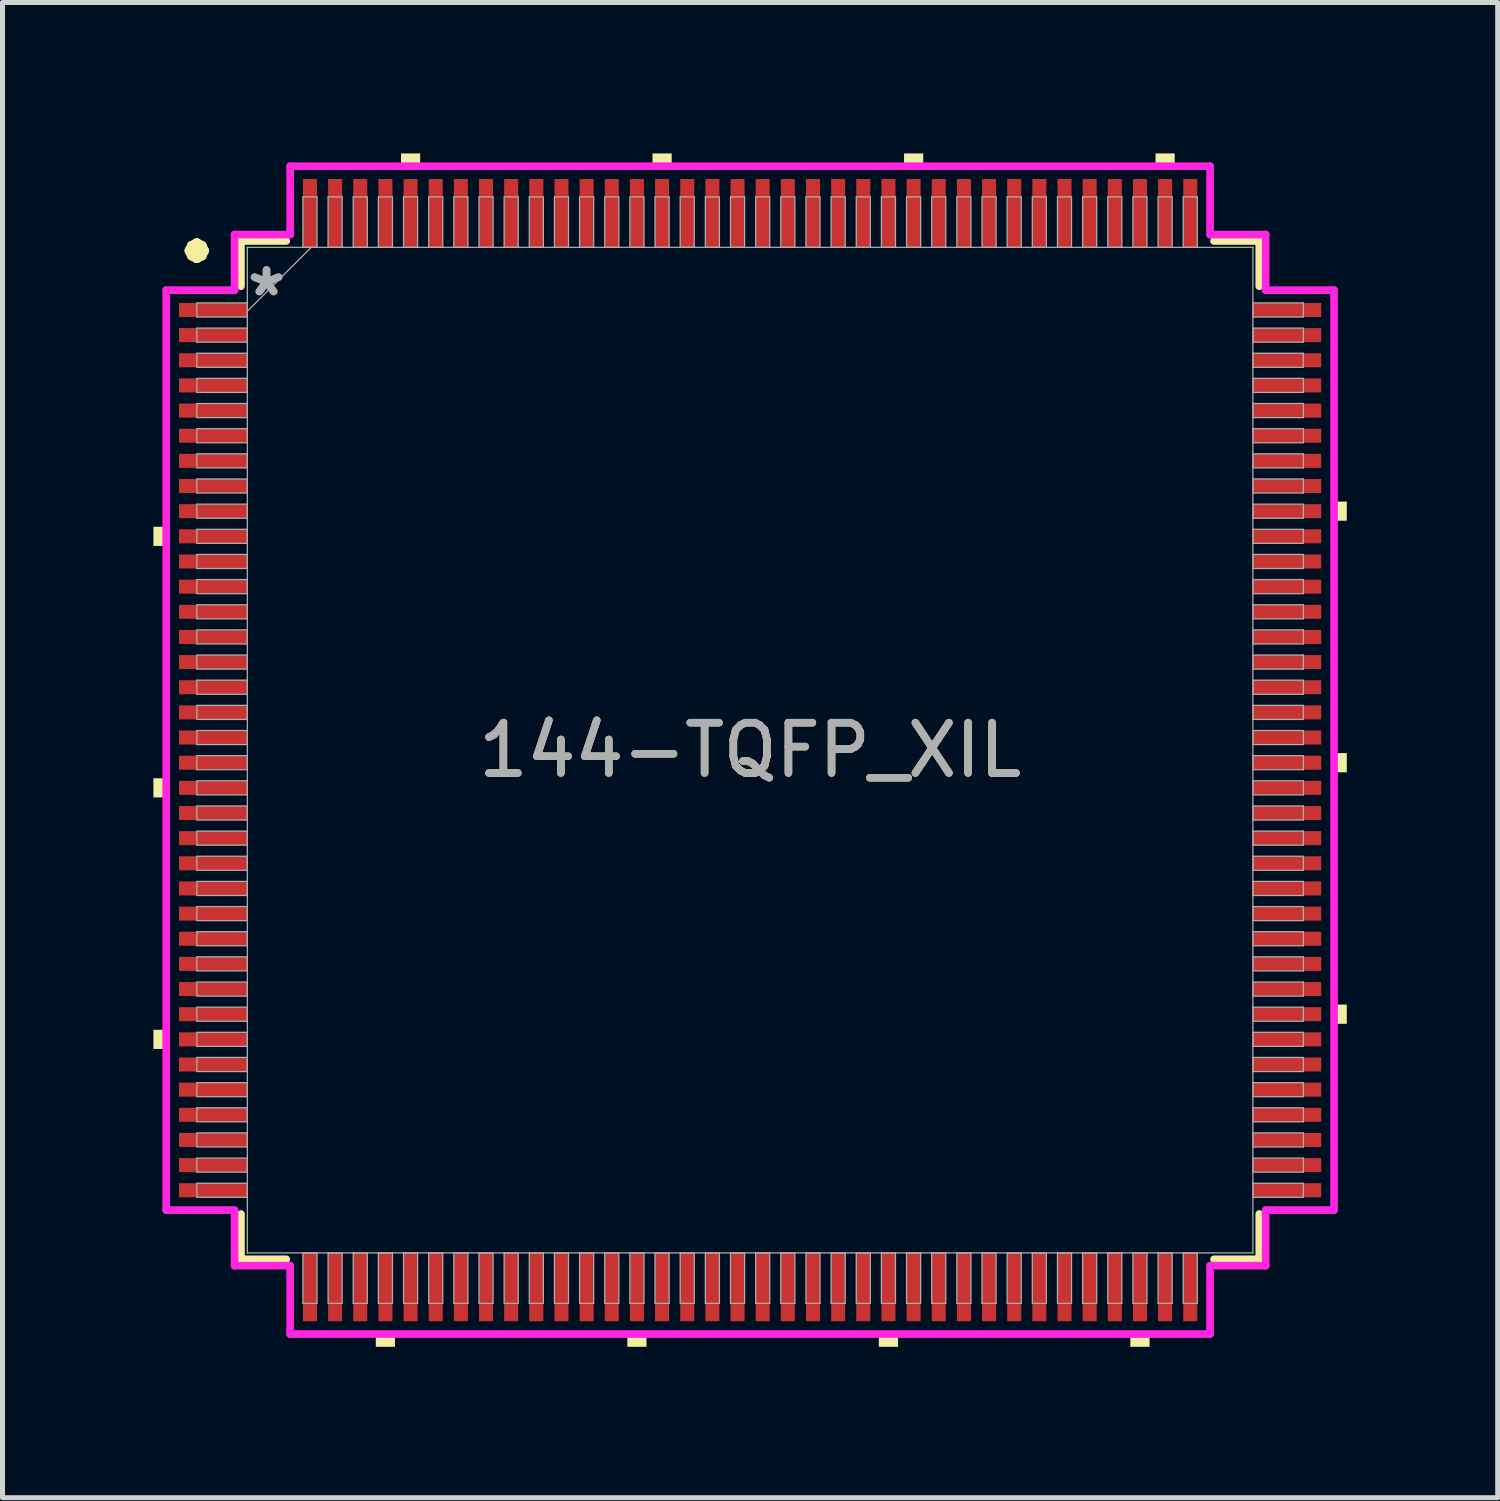
<source format=kicad_pcb>
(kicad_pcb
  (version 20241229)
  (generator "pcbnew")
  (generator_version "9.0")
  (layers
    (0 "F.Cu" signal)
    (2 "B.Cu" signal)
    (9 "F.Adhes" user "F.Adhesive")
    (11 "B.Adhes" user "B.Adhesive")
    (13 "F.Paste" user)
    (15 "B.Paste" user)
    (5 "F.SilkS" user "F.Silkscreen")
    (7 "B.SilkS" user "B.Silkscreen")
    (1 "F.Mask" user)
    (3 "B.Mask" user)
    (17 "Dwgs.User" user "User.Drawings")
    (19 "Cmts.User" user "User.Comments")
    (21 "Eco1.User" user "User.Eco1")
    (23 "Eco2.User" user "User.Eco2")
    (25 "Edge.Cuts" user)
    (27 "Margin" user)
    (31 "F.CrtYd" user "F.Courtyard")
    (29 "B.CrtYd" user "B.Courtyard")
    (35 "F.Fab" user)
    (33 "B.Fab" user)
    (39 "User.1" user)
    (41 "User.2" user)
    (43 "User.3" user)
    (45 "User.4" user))
  (footprint "144-TQFP_XIL"
    (layer "F.Cu")
    (at 11.862 11.862)
    (property "Reference" "144-TQFP_XIL" (at 0 0 0) (unlocked yes) (layer "F.SilkS") (effects (font (size 1 1) (thickness 0.15))))
    (attr smd)
    (fp_line (start -10.122 -10.122) (end -10.122 -9.222) (stroke (width 0.152) (type solid)) (layer "F.SilkS"))
    (fp_line (start -10.122 9.222) (end -10.122 10.122) (stroke (width 0.152) (type solid)) (layer "F.SilkS"))
    (fp_line (start -10.122 10.122) (end -9.222 10.122) (stroke (width 0.152) (type solid)) (layer "F.SilkS"))
    (fp_line (start -9.222 -10.122) (end -10.122 -10.122) (stroke (width 0.152) (type solid)) (layer "F.SilkS"))
    (fp_line (start 9.222 10.122) (end 10.122 10.122) (stroke (width 0.152) (type solid)) (layer "F.SilkS"))
    (fp_line (start 10.122 -10.122) (end 9.222 -10.122) (stroke (width 0.152) (type solid)) (layer "F.SilkS"))
    (fp_line (start 10.122 -9.222) (end 10.122 -10.122) (stroke (width 0.152) (type solid)) (layer "F.SilkS"))
    (fp_line (start 10.122 10.122) (end 10.122 9.222) (stroke (width 0.152) (type solid)) (layer "F.SilkS"))
    (fp_poly (pts (xy -11.862 -4.44) (xy -11.862 -4.059) (xy -11.608 -4.059) (xy -11.608 -4.44)) (stroke (width 0) (type solid)) (fill yes) (layer "F.SilkS"))
    (fp_poly (pts (xy -11.862 0.56) (xy -11.862 0.941) (xy -11.608 0.941) (xy -11.608 0.56)) (stroke (width 0) (type solid)) (fill yes) (layer "F.SilkS"))
    (fp_poly (pts (xy -11.862 5.56) (xy -11.862 5.941) (xy -11.608 5.941) (xy -11.608 5.56)) (stroke (width 0) (type solid)) (fill yes) (layer "F.SilkS"))
    (fp_poly (pts (xy -7.441 11.608) (xy -7.441 11.862) (xy -7.06 11.862) (xy -7.06 11.608)) (stroke (width 0) (type solid)) (fill yes) (layer "F.SilkS"))
    (fp_poly (pts (xy -6.94 -11.608) (xy -6.94 -11.862) (xy -6.559 -11.862) (xy -6.559 -11.608)) (stroke (width 0) (type solid)) (fill yes) (layer "F.SilkS"))
    (fp_poly (pts (xy -2.441 11.608) (xy -2.441 11.862) (xy -2.06 11.862) (xy -2.06 11.608)) (stroke (width 0) (type solid)) (fill yes) (layer "F.SilkS"))
    (fp_poly (pts (xy -1.94 -11.608) (xy -1.94 -11.862) (xy -1.559 -11.862) (xy -1.559 -11.608)) (stroke (width 0) (type solid)) (fill yes) (layer "F.SilkS"))
    (fp_poly (pts (xy 2.559 11.608) (xy 2.559 11.862) (xy 2.941 11.862) (xy 2.941 11.608)) (stroke (width 0) (type solid)) (fill yes) (layer "F.SilkS"))
    (fp_poly (pts (xy 3.06 -11.608) (xy 3.06 -11.862) (xy 3.441 -11.862) (xy 3.441 -11.608)) (stroke (width 0) (type solid)) (fill yes) (layer "F.SilkS"))
    (fp_poly (pts (xy 7.559 11.608) (xy 7.559 11.862) (xy 7.941 11.862) (xy 7.941 11.608)) (stroke (width 0) (type solid)) (fill yes) (layer "F.SilkS"))
    (fp_poly (pts (xy 8.06 -11.608) (xy 8.06 -11.862) (xy 8.441 -11.862) (xy 8.441 -11.608)) (stroke (width 0) (type solid)) (fill yes) (layer "F.SilkS"))
    (fp_poly (pts (xy 11.862 -4.941) (xy 11.862 -4.56) (xy 11.608 -4.56) (xy 11.608 -4.941)) (stroke (width 0) (type solid)) (fill yes) (layer "F.SilkS"))
    (fp_poly (pts (xy 11.862 0.059) (xy 11.862 0.441) (xy 11.608 0.441) (xy 11.608 0.059)) (stroke (width 0) (type solid)) (fill yes) (layer "F.SilkS"))
    (fp_poly (pts (xy 11.862 5.059) (xy 11.862 5.441) (xy 11.608 5.441) (xy 11.608 5.059)) (stroke (width 0) (type solid)) (fill yes) (layer "F.SilkS"))
    (fp_line (start -11.608 -9.144) (end -10.249 -9.144) (stroke (width 0.152) (type solid)) (layer "F.CrtYd"))
    (fp_line (start -11.608 9.144) (end -11.608 -9.144) (stroke (width 0.152) (type solid)) (layer "F.CrtYd"))
    (fp_line (start -10.249 -10.249) (end -9.144 -10.249) (stroke (width 0.152) (type solid)) (layer "F.CrtYd"))
    (fp_line (start -10.249 -9.144) (end -10.249 -10.249) (stroke (width 0.152) (type solid)) (layer "F.CrtYd"))
    (fp_line (start -10.249 9.144) (end -11.608 9.144) (stroke (width 0.152) (type solid)) (layer "F.CrtYd"))
    (fp_line (start -10.249 10.249) (end -10.249 9.144) (stroke (width 0.152) (type solid)) (layer "F.CrtYd"))
    (fp_line (start -10.249 10.249) (end -9.144 10.249) (stroke (width 0.152) (type solid)) (layer "F.CrtYd"))
    (fp_line (start -9.144 -11.608) (end 9.144 -11.608) (stroke (width 0.152) (type solid)) (layer "F.CrtYd"))
    (fp_line (start -9.144 -10.249) (end -9.144 -11.608) (stroke (width 0.152) (type solid)) (layer "F.CrtYd"))
    (fp_line (start -9.144 10.249) (end -9.144 11.608) (stroke (width 0.152) (type solid)) (layer "F.CrtYd"))
    (fp_line (start -9.144 11.608) (end 9.144 11.608) (stroke (width 0.152) (type solid)) (layer "F.CrtYd"))
    (fp_line (start 9.144 -11.608) (end 9.144 -10.249) (stroke (width 0.152) (type solid)) (layer "F.CrtYd"))
    (fp_line (start 9.144 -10.249) (end 10.249 -10.249) (stroke (width 0.152) (type solid)) (layer "F.CrtYd"))
    (fp_line (start 9.144 10.249) (end 10.249 10.249) (stroke (width 0.152) (type solid)) (layer "F.CrtYd"))
    (fp_line (start 9.144 11.608) (end 9.144 10.249) (stroke (width 0.152) (type solid)) (layer "F.CrtYd"))
    (fp_line (start 10.249 -9.144) (end 10.249 -10.249) (stroke (width 0.152) (type solid)) (layer "F.CrtYd"))
    (fp_line (start 10.249 9.144) (end 11.608 9.144) (stroke (width 0.152) (type solid)) (layer "F.CrtYd"))
    (fp_line (start 10.249 10.249) (end 10.249 9.144) (stroke (width 0.152) (type solid)) (layer "F.CrtYd"))
    (fp_line (start 11.608 -9.144) (end 10.249 -9.144) (stroke (width 0.152) (type solid)) (layer "F.CrtYd"))
    (fp_line (start 11.608 9.144) (end 11.608 -9.144) (stroke (width 0.152) (type solid)) (layer "F.CrtYd"))
    (fp_line (start -10.998 -8.89) (end -10.998 -8.61) (stroke (width 0.025) (type solid)) (layer "F.Fab"))
    (fp_line (start -10.998 -8.61) (end -9.995 -8.61) (stroke (width 0.025) (type solid)) (layer "F.Fab"))
    (fp_line (start -10.998 -8.39) (end -10.998 -8.11) (stroke (width 0.025) (type solid)) (layer "F.Fab"))
    (fp_line (start -10.998 -8.11) (end -9.995 -8.11) (stroke (width 0.025) (type solid)) (layer "F.Fab"))
    (fp_line (start -10.998 -7.89) (end -10.998 -7.61) (stroke (width 0.025) (type solid)) (layer "F.Fab"))
    (fp_line (start -10.998 -7.61) (end -9.995 -7.61) (stroke (width 0.025) (type solid)) (layer "F.Fab"))
    (fp_line (start -10.998 -7.39) (end -10.998 -7.11) (stroke (width 0.025) (type solid)) (layer "F.Fab"))
    (fp_line (start -10.998 -7.11) (end -9.995 -7.11) (stroke (width 0.025) (type solid)) (layer "F.Fab"))
    (fp_line (start -10.998 -6.89) (end -10.998 -6.61) (stroke (width 0.025) (type solid)) (layer "F.Fab"))
    (fp_line (start -10.998 -6.61) (end -9.995 -6.61) (stroke (width 0.025) (type solid)) (layer "F.Fab"))
    (fp_line (start -10.998 -6.39) (end -10.998 -6.11) (stroke (width 0.025) (type solid)) (layer "F.Fab"))
    (fp_line (start -10.998 -6.11) (end -9.995 -6.11) (stroke (width 0.025) (type solid)) (layer "F.Fab"))
    (fp_line (start -10.998 -5.89) (end -10.998 -5.61) (stroke (width 0.025) (type solid)) (layer "F.Fab"))
    (fp_line (start -10.998 -5.61) (end -9.995 -5.61) (stroke (width 0.025) (type solid)) (layer "F.Fab"))
    (fp_line (start -10.998 -5.39) (end -10.998 -5.11) (stroke (width 0.025) (type solid)) (layer "F.Fab"))
    (fp_line (start -10.998 -5.11) (end -9.995 -5.11) (stroke (width 0.025) (type solid)) (layer "F.Fab"))
    (fp_line (start -10.998 -4.89) (end -10.998 -4.61) (stroke (width 0.025) (type solid)) (layer "F.Fab"))
    (fp_line (start -10.998 -4.61) (end -9.995 -4.61) (stroke (width 0.025) (type solid)) (layer "F.Fab"))
    (fp_line (start -10.998 -4.39) (end -10.998 -4.11) (stroke (width 0.025) (type solid)) (layer "F.Fab"))
    (fp_line (start -10.998 -4.11) (end -9.995 -4.11) (stroke (width 0.025) (type solid)) (layer "F.Fab"))
    (fp_line (start -10.998 -3.89) (end -10.998 -3.61) (stroke (width 0.025) (type solid)) (layer "F.Fab"))
    (fp_line (start -10.998 -3.61) (end -9.995 -3.61) (stroke (width 0.025) (type solid)) (layer "F.Fab"))
    (fp_line (start -10.998 -3.39) (end -10.998 -3.11) (stroke (width 0.025) (type solid)) (layer "F.Fab"))
    (fp_line (start -10.998 -3.11) (end -9.995 -3.11) (stroke (width 0.025) (type solid)) (layer "F.Fab"))
    (fp_line (start -10.998 -2.89) (end -10.998 -2.61) (stroke (width 0.025) (type solid)) (layer "F.Fab"))
    (fp_line (start -10.998 -2.61) (end -9.995 -2.61) (stroke (width 0.025) (type solid)) (layer "F.Fab"))
    (fp_line (start -10.998 -2.39) (end -10.998 -2.11) (stroke (width 0.025) (type solid)) (layer "F.Fab"))
    (fp_line (start -10.998 -2.11) (end -9.995 -2.11) (stroke (width 0.025) (type solid)) (layer "F.Fab"))
    (fp_line (start -10.998 -1.89) (end -10.998 -1.61) (stroke (width 0.025) (type solid)) (layer "F.Fab"))
    (fp_line (start -10.998 -1.61) (end -9.995 -1.61) (stroke (width 0.025) (type solid)) (layer "F.Fab"))
    (fp_line (start -10.998 -1.39) (end -10.998 -1.11) (stroke (width 0.025) (type solid)) (layer "F.Fab"))
    (fp_line (start -10.998 -1.11) (end -9.995 -1.11) (stroke (width 0.025) (type solid)) (layer "F.Fab"))
    (fp_line (start -10.998 -0.89) (end -10.998 -0.61) (stroke (width 0.025) (type solid)) (layer "F.Fab"))
    (fp_line (start -10.998 -0.61) (end -9.995 -0.61) (stroke (width 0.025) (type solid)) (layer "F.Fab"))
    (fp_line (start -10.998 -0.39) (end -10.998 -0.11) (stroke (width 0.025) (type solid)) (layer "F.Fab"))
    (fp_line (start -10.998 -0.11) (end -9.995 -0.11) (stroke (width 0.025) (type solid)) (layer "F.Fab"))
    (fp_line (start -10.998 0.11) (end -10.998 0.39) (stroke (width 0.025) (type solid)) (layer "F.Fab"))
    (fp_line (start -10.998 0.39) (end -9.995 0.39) (stroke (width 0.025) (type solid)) (layer "F.Fab"))
    (fp_line (start -10.998 0.61) (end -10.998 0.89) (stroke (width 0.025) (type solid)) (layer "F.Fab"))
    (fp_line (start -10.998 0.89) (end -9.995 0.89) (stroke (width 0.025) (type solid)) (layer "F.Fab"))
    (fp_line (start -10.998 1.11) (end -10.998 1.39) (stroke (width 0.025) (type solid)) (layer "F.Fab"))
    (fp_line (start -10.998 1.39) (end -9.995 1.39) (stroke (width 0.025) (type solid)) (layer "F.Fab"))
    (fp_line (start -10.998 1.61) (end -10.998 1.89) (stroke (width 0.025) (type solid)) (layer "F.Fab"))
    (fp_line (start -10.998 1.89) (end -9.995 1.89) (stroke (width 0.025) (type solid)) (layer "F.Fab"))
    (fp_line (start -10.998 2.11) (end -10.998 2.39) (stroke (width 0.025) (type solid)) (layer "F.Fab"))
    (fp_line (start -10.998 2.39) (end -9.995 2.39) (stroke (width 0.025) (type solid)) (layer "F.Fab"))
    (fp_line (start -10.998 2.61) (end -10.998 2.89) (stroke (width 0.025) (type solid)) (layer "F.Fab"))
    (fp_line (start -10.998 2.89) (end -9.995 2.89) (stroke (width 0.025) (type solid)) (layer "F.Fab"))
    (fp_line (start -10.998 3.11) (end -10.998 3.39) (stroke (width 0.025) (type solid)) (layer "F.Fab"))
    (fp_line (start -10.998 3.39) (end -9.995 3.39) (stroke (width 0.025) (type solid)) (layer "F.Fab"))
    (fp_line (start -10.998 3.61) (end -10.998 3.89) (stroke (width 0.025) (type solid)) (layer "F.Fab"))
    (fp_line (start -10.998 3.89) (end -9.995 3.89) (stroke (width 0.025) (type solid)) (layer "F.Fab"))
    (fp_line (start -10.998 4.11) (end -10.998 4.39) (stroke (width 0.025) (type solid)) (layer "F.Fab"))
    (fp_line (start -10.998 4.39) (end -9.995 4.39) (stroke (width 0.025) (type solid)) (layer "F.Fab"))
    (fp_line (start -10.998 4.61) (end -10.998 4.89) (stroke (width 0.025) (type solid)) (layer "F.Fab"))
    (fp_line (start -10.998 4.89) (end -9.995 4.89) (stroke (width 0.025) (type solid)) (layer "F.Fab"))
    (fp_line (start -10.998 5.11) (end -10.998 5.39) (stroke (width 0.025) (type solid)) (layer "F.Fab"))
    (fp_line (start -10.998 5.39) (end -9.995 5.39) (stroke (width 0.025) (type solid)) (layer "F.Fab"))
    (fp_line (start -10.998 5.61) (end -10.998 5.89) (stroke (width 0.025) (type solid)) (layer "F.Fab"))
    (fp_line (start -10.998 5.89) (end -9.995 5.89) (stroke (width 0.025) (type solid)) (layer "F.Fab"))
    (fp_line (start -10.998 6.11) (end -10.998 6.39) (stroke (width 0.025) (type solid)) (layer "F.Fab"))
    (fp_line (start -10.998 6.39) (end -9.995 6.39) (stroke (width 0.025) (type solid)) (layer "F.Fab"))
    (fp_line (start -10.998 6.61) (end -10.998 6.89) (stroke (width 0.025) (type solid)) (layer "F.Fab"))
    (fp_line (start -10.998 6.89) (end -9.995 6.89) (stroke (width 0.025) (type solid)) (layer "F.Fab"))
    (fp_line (start -10.998 7.11) (end -10.998 7.39) (stroke (width 0.025) (type solid)) (layer "F.Fab"))
    (fp_line (start -10.998 7.39) (end -9.995 7.39) (stroke (width 0.025) (type solid)) (layer "F.Fab"))
    (fp_line (start -10.998 7.61) (end -10.998 7.89) (stroke (width 0.025) (type solid)) (layer "F.Fab"))
    (fp_line (start -10.998 7.89) (end -9.995 7.89) (stroke (width 0.025) (type solid)) (layer "F.Fab"))
    (fp_line (start -10.998 8.11) (end -10.998 8.39) (stroke (width 0.025) (type solid)) (layer "F.Fab"))
    (fp_line (start -10.998 8.39) (end -9.995 8.39) (stroke (width 0.025) (type solid)) (layer "F.Fab"))
    (fp_line (start -10.998 8.61) (end -10.998 8.89) (stroke (width 0.025) (type solid)) (layer "F.Fab"))
    (fp_line (start -10.998 8.89) (end -9.995 8.89) (stroke (width 0.025) (type solid)) (layer "F.Fab"))
    (fp_line (start -9.995 -9.995) (end -9.995 -9.995) (stroke (width 0.025) (type solid)) (layer "F.Fab"))
    (fp_line (start -9.995 -9.995) (end -9.995 9.995) (stroke (width 0.025) (type solid)) (layer "F.Fab"))
    (fp_line (start -9.995 -8.89) (end -10.998 -8.89) (stroke (width 0.025) (type solid)) (layer "F.Fab"))
    (fp_line (start -9.995 -8.725) (end -8.725 -9.995) (stroke (width 0.025) (type solid)) (layer "F.Fab"))
    (fp_line (start -9.995 -8.61) (end -9.995 -8.89) (stroke (width 0.025) (type solid)) (layer "F.Fab"))
    (fp_line (start -9.995 -8.39) (end -10.998 -8.39) (stroke (width 0.025) (type solid)) (layer "F.Fab"))
    (fp_line (start -9.995 -8.11) (end -9.995 -8.39) (stroke (width 0.025) (type solid)) (layer "F.Fab"))
    (fp_line (start -9.995 -7.89) (end -10.998 -7.89) (stroke (width 0.025) (type solid)) (layer "F.Fab"))
    (fp_line (start -9.995 -7.61) (end -9.995 -7.89) (stroke (width 0.025) (type solid)) (layer "F.Fab"))
    (fp_line (start -9.995 -7.39) (end -10.998 -7.39) (stroke (width 0.025) (type solid)) (layer "F.Fab"))
    (fp_line (start -9.995 -7.11) (end -9.995 -7.39) (stroke (width 0.025) (type solid)) (layer "F.Fab"))
    (fp_line (start -9.995 -6.89) (end -10.998 -6.89) (stroke (width 0.025) (type solid)) (layer "F.Fab"))
    (fp_line (start -9.995 -6.61) (end -9.995 -6.89) (stroke (width 0.025) (type solid)) (layer "F.Fab"))
    (fp_line (start -9.995 -6.39) (end -10.998 -6.39) (stroke (width 0.025) (type solid)) (layer "F.Fab"))
    (fp_line (start -9.995 -6.11) (end -9.995 -6.39) (stroke (width 0.025) (type solid)) (layer "F.Fab"))
    (fp_line (start -9.995 -5.89) (end -10.998 -5.89) (stroke (width 0.025) (type solid)) (layer "F.Fab"))
    (fp_line (start -9.995 -5.61) (end -9.995 -5.89) (stroke (width 0.025) (type solid)) (layer "F.Fab"))
    (fp_line (start -9.995 -5.39) (end -10.998 -5.39) (stroke (width 0.025) (type solid)) (layer "F.Fab"))
    (fp_line (start -9.995 -5.11) (end -9.995 -5.39) (stroke (width 0.025) (type solid)) (layer "F.Fab"))
    (fp_line (start -9.995 -4.89) (end -10.998 -4.89) (stroke (width 0.025) (type solid)) (layer "F.Fab"))
    (fp_line (start -9.995 -4.61) (end -9.995 -4.89) (stroke (width 0.025) (type solid)) (layer "F.Fab"))
    (fp_line (start -9.995 -4.39) (end -10.998 -4.39) (stroke (width 0.025) (type solid)) (layer "F.Fab"))
    (fp_line (start -9.995 -4.11) (end -9.995 -4.39) (stroke (width 0.025) (type solid)) (layer "F.Fab"))
    (fp_line (start -9.995 -3.89) (end -10.998 -3.89) (stroke (width 0.025) (type solid)) (layer "F.Fab"))
    (fp_line (start -9.995 -3.61) (end -9.995 -3.89) (stroke (width 0.025) (type solid)) (layer "F.Fab"))
    (fp_line (start -9.995 -3.39) (end -10.998 -3.39) (stroke (width 0.025) (type solid)) (layer "F.Fab"))
    (fp_line (start -9.995 -3.11) (end -9.995 -3.39) (stroke (width 0.025) (type solid)) (layer "F.Fab"))
    (fp_line (start -9.995 -2.89) (end -10.998 -2.89) (stroke (width 0.025) (type solid)) (layer "F.Fab"))
    (fp_line (start -9.995 -2.61) (end -9.995 -2.89) (stroke (width 0.025) (type solid)) (layer "F.Fab"))
    (fp_line (start -9.995 -2.39) (end -10.998 -2.39) (stroke (width 0.025) (type solid)) (layer "F.Fab"))
    (fp_line (start -9.995 -2.11) (end -9.995 -2.39) (stroke (width 0.025) (type solid)) (layer "F.Fab"))
    (fp_line (start -9.995 -1.89) (end -10.998 -1.89) (stroke (width 0.025) (type solid)) (layer "F.Fab"))
    (fp_line (start -9.995 -1.61) (end -9.995 -1.89) (stroke (width 0.025) (type solid)) (layer "F.Fab"))
    (fp_line (start -9.995 -1.39) (end -10.998 -1.39) (stroke (width 0.025) (type solid)) (layer "F.Fab"))
    (fp_line (start -9.995 -1.11) (end -9.995 -1.39) (stroke (width 0.025) (type solid)) (layer "F.Fab"))
    (fp_line (start -9.995 -0.89) (end -10.998 -0.89) (stroke (width 0.025) (type solid)) (layer "F.Fab"))
    (fp_line (start -9.995 -0.61) (end -9.995 -0.89) (stroke (width 0.025) (type solid)) (layer "F.Fab"))
    (fp_line (start -9.995 -0.39) (end -10.998 -0.39) (stroke (width 0.025) (type solid)) (layer "F.Fab"))
    (fp_line (start -9.995 -0.11) (end -9.995 -0.39) (stroke (width 0.025) (type solid)) (layer "F.Fab"))
    (fp_line (start -9.995 0.11) (end -10.998 0.11) (stroke (width 0.025) (type solid)) (layer "F.Fab"))
    (fp_line (start -9.995 0.39) (end -9.995 0.11) (stroke (width 0.025) (type solid)) (layer "F.Fab"))
    (fp_line (start -9.995 0.61) (end -10.998 0.61) (stroke (width 0.025) (type solid)) (layer "F.Fab"))
    (fp_line (start -9.995 0.89) (end -9.995 0.61) (stroke (width 0.025) (type solid)) (layer "F.Fab"))
    (fp_line (start -9.995 1.11) (end -10.998 1.11) (stroke (width 0.025) (type solid)) (layer "F.Fab"))
    (fp_line (start -9.995 1.39) (end -9.995 1.11) (stroke (width 0.025) (type solid)) (layer "F.Fab"))
    (fp_line (start -9.995 1.61) (end -10.998 1.61) (stroke (width 0.025) (type solid)) (layer "F.Fab"))
    (fp_line (start -9.995 1.89) (end -9.995 1.61) (stroke (width 0.025) (type solid)) (layer "F.Fab"))
    (fp_line (start -9.995 2.11) (end -10.998 2.11) (stroke (width 0.025) (type solid)) (layer "F.Fab"))
    (fp_line (start -9.995 2.39) (end -9.995 2.11) (stroke (width 0.025) (type solid)) (layer "F.Fab"))
    (fp_line (start -9.995 2.61) (end -10.998 2.61) (stroke (width 0.025) (type solid)) (layer "F.Fab"))
    (fp_line (start -9.995 2.89) (end -9.995 2.61) (stroke (width 0.025) (type solid)) (layer "F.Fab"))
    (fp_line (start -9.995 3.11) (end -10.998 3.11) (stroke (width 0.025) (type solid)) (layer "F.Fab"))
    (fp_line (start -9.995 3.39) (end -9.995 3.11) (stroke (width 0.025) (type solid)) (layer "F.Fab"))
    (fp_line (start -9.995 3.61) (end -10.998 3.61) (stroke (width 0.025) (type solid)) (layer "F.Fab"))
    (fp_line (start -9.995 3.89) (end -9.995 3.61) (stroke (width 0.025) (type solid)) (layer "F.Fab"))
    (fp_line (start -9.995 4.11) (end -10.998 4.11) (stroke (width 0.025) (type solid)) (layer "F.Fab"))
    (fp_line (start -9.995 4.39) (end -9.995 4.11) (stroke (width 0.025) (type solid)) (layer "F.Fab"))
    (fp_line (start -9.995 4.61) (end -10.998 4.61) (stroke (width 0.025) (type solid)) (layer "F.Fab"))
    (fp_line (start -9.995 4.89) (end -9.995 4.61) (stroke (width 0.025) (type solid)) (layer "F.Fab"))
    (fp_line (start -9.995 5.11) (end -10.998 5.11) (stroke (width 0.025) (type solid)) (layer "F.Fab"))
    (fp_line (start -9.995 5.39) (end -9.995 5.11) (stroke (width 0.025) (type solid)) (layer "F.Fab"))
    (fp_line (start -9.995 5.61) (end -10.998 5.61) (stroke (width 0.025) (type solid)) (layer "F.Fab"))
    (fp_line (start -9.995 5.89) (end -9.995 5.61) (stroke (width 0.025) (type solid)) (layer "F.Fab"))
    (fp_line (start -9.995 6.11) (end -10.998 6.11) (stroke (width 0.025) (type solid)) (layer "F.Fab"))
    (fp_line (start -9.995 6.39) (end -9.995 6.11) (stroke (width 0.025) (type solid)) (layer "F.Fab"))
    (fp_line (start -9.995 6.61) (end -10.998 6.61) (stroke (width 0.025) (type solid)) (layer "F.Fab"))
    (fp_line (start -9.995 6.89) (end -9.995 6.61) (stroke (width 0.025) (type solid)) (layer "F.Fab"))
    (fp_line (start -9.995 7.11) (end -10.998 7.11) (stroke (width 0.025) (type solid)) (layer "F.Fab"))
    (fp_line (start -9.995 7.39) (end -9.995 7.11) (stroke (width 0.025) (type solid)) (layer "F.Fab"))
    (fp_line (start -9.995 7.61) (end -10.998 7.61) (stroke (width 0.025) (type solid)) (layer "F.Fab"))
    (fp_line (start -9.995 7.89) (end -9.995 7.61) (stroke (width 0.025) (type solid)) (layer "F.Fab"))
    (fp_line (start -9.995 8.11) (end -10.998 8.11) (stroke (width 0.025) (type solid)) (layer "F.Fab"))
    (fp_line (start -9.995 8.39) (end -9.995 8.11) (stroke (width 0.025) (type solid)) (layer "F.Fab"))
    (fp_line (start -9.995 8.61) (end -10.998 8.61) (stroke (width 0.025) (type solid)) (layer "F.Fab"))
    (fp_line (start -9.995 8.89) (end -9.995 8.61) (stroke (width 0.025) (type solid)) (layer "F.Fab"))
    (fp_line (start -9.995 9.995) (end -9.995 9.995) (stroke (width 0.025) (type solid)) (layer "F.Fab"))
    (fp_line (start -9.995 9.995) (end 9.995 9.995) (stroke (width 0.025) (type solid)) (layer "F.Fab"))
    (fp_line (start -8.89 -10.998) (end -8.89 -9.995) (stroke (width 0.025) (type solid)) (layer "F.Fab"))
    (fp_line (start -8.89 -9.995) (end -8.61 -9.995) (stroke (width 0.025) (type solid)) (layer "F.Fab"))
    (fp_line (start -8.89 9.995) (end -8.89 10.998) (stroke (width 0.025) (type solid)) (layer "F.Fab"))
    (fp_line (start -8.89 10.998) (end -8.61 10.998) (stroke (width 0.025) (type solid)) (layer "F.Fab"))
    (fp_line (start -8.61 -10.998) (end -8.89 -10.998) (stroke (width 0.025) (type solid)) (layer "F.Fab"))
    (fp_line (start -8.61 -9.995) (end -8.61 -10.998) (stroke (width 0.025) (type solid)) (layer "F.Fab"))
    (fp_line (start -8.61 9.995) (end -8.89 9.995) (stroke (width 0.025) (type solid)) (layer "F.Fab"))
    (fp_line (start -8.61 10.998) (end -8.61 9.995) (stroke (width 0.025) (type solid)) (layer "F.Fab"))
    (fp_line (start -8.39 -10.998) (end -8.39 -9.995) (stroke (width 0.025) (type solid)) (layer "F.Fab"))
    (fp_line (start -8.39 -9.995) (end -8.11 -9.995) (stroke (width 0.025) (type solid)) (layer "F.Fab"))
    (fp_line (start -8.39 9.995) (end -8.39 10.998) (stroke (width 0.025) (type solid)) (layer "F.Fab"))
    (fp_line (start -8.39 10.998) (end -8.11 10.998) (stroke (width 0.025) (type solid)) (layer "F.Fab"))
    (fp_line (start -8.11 -10.998) (end -8.39 -10.998) (stroke (width 0.025) (type solid)) (layer "F.Fab"))
    (fp_line (start -8.11 -9.995) (end -8.11 -10.998) (stroke (width 0.025) (type solid)) (layer "F.Fab"))
    (fp_line (start -8.11 9.995) (end -8.39 9.995) (stroke (width 0.025) (type solid)) (layer "F.Fab"))
    (fp_line (start -8.11 10.998) (end -8.11 9.995) (stroke (width 0.025) (type solid)) (layer "F.Fab"))
    (fp_line (start -7.89 -10.998) (end -7.89 -9.995) (stroke (width 0.025) (type solid)) (layer "F.Fab"))
    (fp_line (start -7.89 -9.995) (end -7.61 -9.995) (stroke (width 0.025) (type solid)) (layer "F.Fab"))
    (fp_line (start -7.89 9.995) (end -7.89 10.998) (stroke (width 0.025) (type solid)) (layer "F.Fab"))
    (fp_line (start -7.89 10.998) (end -7.61 10.998) (stroke (width 0.025) (type solid)) (layer "F.Fab"))
    (fp_line (start -7.61 -10.998) (end -7.89 -10.998) (stroke (width 0.025) (type solid)) (layer "F.Fab"))
    (fp_line (start -7.61 -9.995) (end -7.61 -10.998) (stroke (width 0.025) (type solid)) (layer "F.Fab"))
    (fp_line (start -7.61 9.995) (end -7.89 9.995) (stroke (width 0.025) (type solid)) (layer "F.Fab"))
    (fp_line (start -7.61 10.998) (end -7.61 9.995) (stroke (width 0.025) (type solid)) (layer "F.Fab"))
    (fp_line (start -7.39 -10.998) (end -7.39 -9.995) (stroke (width 0.025) (type solid)) (layer "F.Fab"))
    (fp_line (start -7.39 -9.995) (end -7.11 -9.995) (stroke (width 0.025) (type solid)) (layer "F.Fab"))
    (fp_line (start -7.39 9.995) (end -7.39 10.998) (stroke (width 0.025) (type solid)) (layer "F.Fab"))
    (fp_line (start -7.39 10.998) (end -7.11 10.998) (stroke (width 0.025) (type solid)) (layer "F.Fab"))
    (fp_line (start -7.11 -10.998) (end -7.39 -10.998) (stroke (width 0.025) (type solid)) (layer "F.Fab"))
    (fp_line (start -7.11 -9.995) (end -7.11 -10.998) (stroke (width 0.025) (type solid)) (layer "F.Fab"))
    (fp_line (start -7.11 9.995) (end -7.39 9.995) (stroke (width 0.025) (type solid)) (layer "F.Fab"))
    (fp_line (start -7.11 10.998) (end -7.11 9.995) (stroke (width 0.025) (type solid)) (layer "F.Fab"))
    (fp_line (start -6.89 -10.998) (end -6.89 -9.995) (stroke (width 0.025) (type solid)) (layer "F.Fab"))
    (fp_line (start -6.89 -9.995) (end -6.61 -9.995) (stroke (width 0.025) (type solid)) (layer "F.Fab"))
    (fp_line (start -6.89 9.995) (end -6.89 10.998) (stroke (width 0.025) (type solid)) (layer "F.Fab"))
    (fp_line (start -6.89 10.998) (end -6.61 10.998) (stroke (width 0.025) (type solid)) (layer "F.Fab"))
    (fp_line (start -6.61 -10.998) (end -6.89 -10.998) (stroke (width 0.025) (type solid)) (layer "F.Fab"))
    (fp_line (start -6.61 -9.995) (end -6.61 -10.998) (stroke (width 0.025) (type solid)) (layer "F.Fab"))
    (fp_line (start -6.61 9.995) (end -6.89 9.995) (stroke (width 0.025) (type solid)) (layer "F.Fab"))
    (fp_line (start -6.61 10.998) (end -6.61 9.995) (stroke (width 0.025) (type solid)) (layer "F.Fab"))
    (fp_line (start -6.39 -10.998) (end -6.39 -9.995) (stroke (width 0.025) (type solid)) (layer "F.Fab"))
    (fp_line (start -6.39 -9.995) (end -6.11 -9.995) (stroke (width 0.025) (type solid)) (layer "F.Fab"))
    (fp_line (start -6.39 9.995) (end -6.39 10.998) (stroke (width 0.025) (type solid)) (layer "F.Fab"))
    (fp_line (start -6.39 10.998) (end -6.11 10.998) (stroke (width 0.025) (type solid)) (layer "F.Fab"))
    (fp_line (start -6.11 -10.998) (end -6.39 -10.998) (stroke (width 0.025) (type solid)) (layer "F.Fab"))
    (fp_line (start -6.11 -9.995) (end -6.11 -10.998) (stroke (width 0.025) (type solid)) (layer "F.Fab"))
    (fp_line (start -6.11 9.995) (end -6.39 9.995) (stroke (width 0.025) (type solid)) (layer "F.Fab"))
    (fp_line (start -6.11 10.998) (end -6.11 9.995) (stroke (width 0.025) (type solid)) (layer "F.Fab"))
    (fp_line (start -5.89 -10.998) (end -5.89 -9.995) (stroke (width 0.025) (type solid)) (layer "F.Fab"))
    (fp_line (start -5.89 -9.995) (end -5.61 -9.995) (stroke (width 0.025) (type solid)) (layer "F.Fab"))
    (fp_line (start -5.89 9.995) (end -5.89 10.998) (stroke (width 0.025) (type solid)) (layer "F.Fab"))
    (fp_line (start -5.89 10.998) (end -5.61 10.998) (stroke (width 0.025) (type solid)) (layer "F.Fab"))
    (fp_line (start -5.61 -10.998) (end -5.89 -10.998) (stroke (width 0.025) (type solid)) (layer "F.Fab"))
    (fp_line (start -5.61 -9.995) (end -5.61 -10.998) (stroke (width 0.025) (type solid)) (layer "F.Fab"))
    (fp_line (start -5.61 9.995) (end -5.89 9.995) (stroke (width 0.025) (type solid)) (layer "F.Fab"))
    (fp_line (start -5.61 10.998) (end -5.61 9.995) (stroke (width 0.025) (type solid)) (layer "F.Fab"))
    (fp_line (start -5.39 -10.998) (end -5.39 -9.995) (stroke (width 0.025) (type solid)) (layer "F.Fab"))
    (fp_line (start -5.39 -9.995) (end -5.11 -9.995) (stroke (width 0.025) (type solid)) (layer "F.Fab"))
    (fp_line (start -5.39 9.995) (end -5.39 10.998) (stroke (width 0.025) (type solid)) (layer "F.Fab"))
    (fp_line (start -5.39 10.998) (end -5.11 10.998) (stroke (width 0.025) (type solid)) (layer "F.Fab"))
    (fp_line (start -5.11 -10.998) (end -5.39 -10.998) (stroke (width 0.025) (type solid)) (layer "F.Fab"))
    (fp_line (start -5.11 -9.995) (end -5.11 -10.998) (stroke (width 0.025) (type solid)) (layer "F.Fab"))
    (fp_line (start -5.11 9.995) (end -5.39 9.995) (stroke (width 0.025) (type solid)) (layer "F.Fab"))
    (fp_line (start -5.11 10.998) (end -5.11 9.995) (stroke (width 0.025) (type solid)) (layer "F.Fab"))
    (fp_line (start -4.89 -10.998) (end -4.89 -9.995) (stroke (width 0.025) (type solid)) (layer "F.Fab"))
    (fp_line (start -4.89 -9.995) (end -4.61 -9.995) (stroke (width 0.025) (type solid)) (layer "F.Fab"))
    (fp_line (start -4.89 9.995) (end -4.89 10.998) (stroke (width 0.025) (type solid)) (layer "F.Fab"))
    (fp_line (start -4.89 10.998) (end -4.61 10.998) (stroke (width 0.025) (type solid)) (layer "F.Fab"))
    (fp_line (start -4.61 -10.998) (end -4.89 -10.998) (stroke (width 0.025) (type solid)) (layer "F.Fab"))
    (fp_line (start -4.61 -9.995) (end -4.61 -10.998) (stroke (width 0.025) (type solid)) (layer "F.Fab"))
    (fp_line (start -4.61 9.995) (end -4.89 9.995) (stroke (width 0.025) (type solid)) (layer "F.Fab"))
    (fp_line (start -4.61 10.998) (end -4.61 9.995) (stroke (width 0.025) (type solid)) (layer "F.Fab"))
    (fp_line (start -4.39 -10.998) (end -4.39 -9.995) (stroke (width 0.025) (type solid)) (layer "F.Fab"))
    (fp_line (start -4.39 -9.995) (end -4.11 -9.995) (stroke (width 0.025) (type solid)) (layer "F.Fab"))
    (fp_line (start -4.39 9.995) (end -4.39 10.998) (stroke (width 0.025) (type solid)) (layer "F.Fab"))
    (fp_line (start -4.39 10.998) (end -4.11 10.998) (stroke (width 0.025) (type solid)) (layer "F.Fab"))
    (fp_line (start -4.11 -10.998) (end -4.39 -10.998) (stroke (width 0.025) (type solid)) (layer "F.Fab"))
    (fp_line (start -4.11 -9.995) (end -4.11 -10.998) (stroke (width 0.025) (type solid)) (layer "F.Fab"))
    (fp_line (start -4.11 9.995) (end -4.39 9.995) (stroke (width 0.025) (type solid)) (layer "F.Fab"))
    (fp_line (start -4.11 10.998) (end -4.11 9.995) (stroke (width 0.025) (type solid)) (layer "F.Fab"))
    (fp_line (start -3.89 -10.998) (end -3.89 -9.995) (stroke (width 0.025) (type solid)) (layer "F.Fab"))
    (fp_line (start -3.89 -9.995) (end -3.61 -9.995) (stroke (width 0.025) (type solid)) (layer "F.Fab"))
    (fp_line (start -3.89 9.995) (end -3.89 10.998) (stroke (width 0.025) (type solid)) (layer "F.Fab"))
    (fp_line (start -3.89 10.998) (end -3.61 10.998) (stroke (width 0.025) (type solid)) (layer "F.Fab"))
    (fp_line (start -3.61 -10.998) (end -3.89 -10.998) (stroke (width 0.025) (type solid)) (layer "F.Fab"))
    (fp_line (start -3.61 -9.995) (end -3.61 -10.998) (stroke (width 0.025) (type solid)) (layer "F.Fab"))
    (fp_line (start -3.61 9.995) (end -3.89 9.995) (stroke (width 0.025) (type solid)) (layer "F.Fab"))
    (fp_line (start -3.61 10.998) (end -3.61 9.995) (stroke (width 0.025) (type solid)) (layer "F.Fab"))
    (fp_line (start -3.39 -10.998) (end -3.39 -9.995) (stroke (width 0.025) (type solid)) (layer "F.Fab"))
    (fp_line (start -3.39 -9.995) (end -3.11 -9.995) (stroke (width 0.025) (type solid)) (layer "F.Fab"))
    (fp_line (start -3.39 9.995) (end -3.39 10.998) (stroke (width 0.025) (type solid)) (layer "F.Fab"))
    (fp_line (start -3.39 10.998) (end -3.11 10.998) (stroke (width 0.025) (type solid)) (layer "F.Fab"))
    (fp_line (start -3.11 -10.998) (end -3.39 -10.998) (stroke (width 0.025) (type solid)) (layer "F.Fab"))
    (fp_line (start -3.11 -9.995) (end -3.11 -10.998) (stroke (width 0.025) (type solid)) (layer "F.Fab"))
    (fp_line (start -3.11 9.995) (end -3.39 9.995) (stroke (width 0.025) (type solid)) (layer "F.Fab"))
    (fp_line (start -3.11 10.998) (end -3.11 9.995) (stroke (width 0.025) (type solid)) (layer "F.Fab"))
    (fp_line (start -2.89 -10.998) (end -2.89 -9.995) (stroke (width 0.025) (type solid)) (layer "F.Fab"))
    (fp_line (start -2.89 -9.995) (end -2.61 -9.995) (stroke (width 0.025) (type solid)) (layer "F.Fab"))
    (fp_line (start -2.89 9.995) (end -2.89 10.998) (stroke (width 0.025) (type solid)) (layer "F.Fab"))
    (fp_line (start -2.89 10.998) (end -2.61 10.998) (stroke (width 0.025) (type solid)) (layer "F.Fab"))
    (fp_line (start -2.61 -10.998) (end -2.89 -10.998) (stroke (width 0.025) (type solid)) (layer "F.Fab"))
    (fp_line (start -2.61 -9.995) (end -2.61 -10.998) (stroke (width 0.025) (type solid)) (layer "F.Fab"))
    (fp_line (start -2.61 9.995) (end -2.89 9.995) (stroke (width 0.025) (type solid)) (layer "F.Fab"))
    (fp_line (start -2.61 10.998) (end -2.61 9.995) (stroke (width 0.025) (type solid)) (layer "F.Fab"))
    (fp_line (start -2.39 -10.998) (end -2.39 -9.995) (stroke (width 0.025) (type solid)) (layer "F.Fab"))
    (fp_line (start -2.39 -9.995) (end -2.11 -9.995) (stroke (width 0.025) (type solid)) (layer "F.Fab"))
    (fp_line (start -2.39 9.995) (end -2.39 10.998) (stroke (width 0.025) (type solid)) (layer "F.Fab"))
    (fp_line (start -2.39 10.998) (end -2.11 10.998) (stroke (width 0.025) (type solid)) (layer "F.Fab"))
    (fp_line (start -2.11 -10.998) (end -2.39 -10.998) (stroke (width 0.025) (type solid)) (layer "F.Fab"))
    (fp_line (start -2.11 -9.995) (end -2.11 -10.998) (stroke (width 0.025) (type solid)) (layer "F.Fab"))
    (fp_line (start -2.11 9.995) (end -2.39 9.995) (stroke (width 0.025) (type solid)) (layer "F.Fab"))
    (fp_line (start -2.11 10.998) (end -2.11 9.995) (stroke (width 0.025) (type solid)) (layer "F.Fab"))
    (fp_line (start -1.89 -10.998) (end -1.89 -9.995) (stroke (width 0.025) (type solid)) (layer "F.Fab"))
    (fp_line (start -1.89 -9.995) (end -1.61 -9.995) (stroke (width 0.025) (type solid)) (layer "F.Fab"))
    (fp_line (start -1.89 9.995) (end -1.89 10.998) (stroke (width 0.025) (type solid)) (layer "F.Fab"))
    (fp_line (start -1.89 10.998) (end -1.61 10.998) (stroke (width 0.025) (type solid)) (layer "F.Fab"))
    (fp_line (start -1.61 -10.998) (end -1.89 -10.998) (stroke (width 0.025) (type solid)) (layer "F.Fab"))
    (fp_line (start -1.61 -9.995) (end -1.61 -10.998) (stroke (width 0.025) (type solid)) (layer "F.Fab"))
    (fp_line (start -1.61 9.995) (end -1.89 9.995) (stroke (width 0.025) (type solid)) (layer "F.Fab"))
    (fp_line (start -1.61 10.998) (end -1.61 9.995) (stroke (width 0.025) (type solid)) (layer "F.Fab"))
    (fp_line (start -1.39 -10.998) (end -1.39 -9.995) (stroke (width 0.025) (type solid)) (layer "F.Fab"))
    (fp_line (start -1.39 -9.995) (end -1.11 -9.995) (stroke (width 0.025) (type solid)) (layer "F.Fab"))
    (fp_line (start -1.39 9.995) (end -1.39 10.998) (stroke (width 0.025) (type solid)) (layer "F.Fab"))
    (fp_line (start -1.39 10.998) (end -1.11 10.998) (stroke (width 0.025) (type solid)) (layer "F.Fab"))
    (fp_line (start -1.11 -10.998) (end -1.39 -10.998) (stroke (width 0.025) (type solid)) (layer "F.Fab"))
    (fp_line (start -1.11 -9.995) (end -1.11 -10.998) (stroke (width 0.025) (type solid)) (layer "F.Fab"))
    (fp_line (start -1.11 9.995) (end -1.39 9.995) (stroke (width 0.025) (type solid)) (layer "F.Fab"))
    (fp_line (start -1.11 10.998) (end -1.11 9.995) (stroke (width 0.025) (type solid)) (layer "F.Fab"))
    (fp_line (start -0.89 -10.998) (end -0.89 -9.995) (stroke (width 0.025) (type solid)) (layer "F.Fab"))
    (fp_line (start -0.89 -9.995) (end -0.61 -9.995) (stroke (width 0.025) (type solid)) (layer "F.Fab"))
    (fp_line (start -0.89 9.995) (end -0.89 10.998) (stroke (width 0.025) (type solid)) (layer "F.Fab"))
    (fp_line (start -0.89 10.998) (end -0.61 10.998) (stroke (width 0.025) (type solid)) (layer "F.Fab"))
    (fp_line (start -0.61 -10.998) (end -0.89 -10.998) (stroke (width 0.025) (type solid)) (layer "F.Fab"))
    (fp_line (start -0.61 -9.995) (end -0.61 -10.998) (stroke (width 0.025) (type solid)) (layer "F.Fab"))
    (fp_line (start -0.61 9.995) (end -0.89 9.995) (stroke (width 0.025) (type solid)) (layer "F.Fab"))
    (fp_line (start -0.61 10.998) (end -0.61 9.995) (stroke (width 0.025) (type solid)) (layer "F.Fab"))
    (fp_line (start -0.39 -10.998) (end -0.39 -9.995) (stroke (width 0.025) (type solid)) (layer "F.Fab"))
    (fp_line (start -0.39 -9.995) (end -0.11 -9.995) (stroke (width 0.025) (type solid)) (layer "F.Fab"))
    (fp_line (start -0.39 9.995) (end -0.39 10.998) (stroke (width 0.025) (type solid)) (layer "F.Fab"))
    (fp_line (start -0.39 10.998) (end -0.11 10.998) (stroke (width 0.025) (type solid)) (layer "F.Fab"))
    (fp_line (start -0.11 -10.998) (end -0.39 -10.998) (stroke (width 0.025) (type solid)) (layer "F.Fab"))
    (fp_line (start -0.11 -9.995) (end -0.11 -10.998) (stroke (width 0.025) (type solid)) (layer "F.Fab"))
    (fp_line (start -0.11 9.995) (end -0.39 9.995) (stroke (width 0.025) (type solid)) (layer "F.Fab"))
    (fp_line (start -0.11 10.998) (end -0.11 9.995) (stroke (width 0.025) (type solid)) (layer "F.Fab"))
    (fp_line (start 0.11 -10.998) (end 0.11 -9.995) (stroke (width 0.025) (type solid)) (layer "F.Fab"))
    (fp_line (start 0.11 -9.995) (end 0.39 -9.995) (stroke (width 0.025) (type solid)) (layer "F.Fab"))
    (fp_line (start 0.11 9.995) (end 0.11 10.998) (stroke (width 0.025) (type solid)) (layer "F.Fab"))
    (fp_line (start 0.11 10.998) (end 0.39 10.998) (stroke (width 0.025) (type solid)) (layer "F.Fab"))
    (fp_line (start 0.39 -10.998) (end 0.11 -10.998) (stroke (width 0.025) (type solid)) (layer "F.Fab"))
    (fp_line (start 0.39 -9.995) (end 0.39 -10.998) (stroke (width 0.025) (type solid)) (layer "F.Fab"))
    (fp_line (start 0.39 9.995) (end 0.11 9.995) (stroke (width 0.025) (type solid)) (layer "F.Fab"))
    (fp_line (start 0.39 10.998) (end 0.39 9.995) (stroke (width 0.025) (type solid)) (layer "F.Fab"))
    (fp_line (start 0.61 -10.998) (end 0.61 -9.995) (stroke (width 0.025) (type solid)) (layer "F.Fab"))
    (fp_line (start 0.61 -9.995) (end 0.89 -9.995) (stroke (width 0.025) (type solid)) (layer "F.Fab"))
    (fp_line (start 0.61 9.995) (end 0.61 10.998) (stroke (width 0.025) (type solid)) (layer "F.Fab"))
    (fp_line (start 0.61 10.998) (end 0.89 10.998) (stroke (width 0.025) (type solid)) (layer "F.Fab"))
    (fp_line (start 0.89 -10.998) (end 0.61 -10.998) (stroke (width 0.025) (type solid)) (layer "F.Fab"))
    (fp_line (start 0.89 -9.995) (end 0.89 -10.998) (stroke (width 0.025) (type solid)) (layer "F.Fab"))
    (fp_line (start 0.89 9.995) (end 0.61 9.995) (stroke (width 0.025) (type solid)) (layer "F.Fab"))
    (fp_line (start 0.89 10.998) (end 0.89 9.995) (stroke (width 0.025) (type solid)) (layer "F.Fab"))
    (fp_line (start 1.11 -10.998) (end 1.11 -9.995) (stroke (width 0.025) (type solid)) (layer "F.Fab"))
    (fp_line (start 1.11 -9.995) (end 1.39 -9.995) (stroke (width 0.025) (type solid)) (layer "F.Fab"))
    (fp_line (start 1.11 9.995) (end 1.11 10.998) (stroke (width 0.025) (type solid)) (layer "F.Fab"))
    (fp_line (start 1.11 10.998) (end 1.39 10.998) (stroke (width 0.025) (type solid)) (layer "F.Fab"))
    (fp_line (start 1.39 -10.998) (end 1.11 -10.998) (stroke (width 0.025) (type solid)) (layer "F.Fab"))
    (fp_line (start 1.39 -9.995) (end 1.39 -10.998) (stroke (width 0.025) (type solid)) (layer "F.Fab"))
    (fp_line (start 1.39 9.995) (end 1.11 9.995) (stroke (width 0.025) (type solid)) (layer "F.Fab"))
    (fp_line (start 1.39 10.998) (end 1.39 9.995) (stroke (width 0.025) (type solid)) (layer "F.Fab"))
    (fp_line (start 1.61 -10.998) (end 1.61 -9.995) (stroke (width 0.025) (type solid)) (layer "F.Fab"))
    (fp_line (start 1.61 -9.995) (end 1.89 -9.995) (stroke (width 0.025) (type solid)) (layer "F.Fab"))
    (fp_line (start 1.61 9.995) (end 1.61 10.998) (stroke (width 0.025) (type solid)) (layer "F.Fab"))
    (fp_line (start 1.61 10.998) (end 1.89 10.998) (stroke (width 0.025) (type solid)) (layer "F.Fab"))
    (fp_line (start 1.89 -10.998) (end 1.61 -10.998) (stroke (width 0.025) (type solid)) (layer "F.Fab"))
    (fp_line (start 1.89 -9.995) (end 1.89 -10.998) (stroke (width 0.025) (type solid)) (layer "F.Fab"))
    (fp_line (start 1.89 9.995) (end 1.61 9.995) (stroke (width 0.025) (type solid)) (layer "F.Fab"))
    (fp_line (start 1.89 10.998) (end 1.89 9.995) (stroke (width 0.025) (type solid)) (layer "F.Fab"))
    (fp_line (start 2.11 -10.998) (end 2.11 -9.995) (stroke (width 0.025) (type solid)) (layer "F.Fab"))
    (fp_line (start 2.11 -9.995) (end 2.39 -9.995) (stroke (width 0.025) (type solid)) (layer "F.Fab"))
    (fp_line (start 2.11 9.995) (end 2.11 10.998) (stroke (width 0.025) (type solid)) (layer "F.Fab"))
    (fp_line (start 2.11 10.998) (end 2.39 10.998) (stroke (width 0.025) (type solid)) (layer "F.Fab"))
    (fp_line (start 2.39 -10.998) (end 2.11 -10.998) (stroke (width 0.025) (type solid)) (layer "F.Fab"))
    (fp_line (start 2.39 -9.995) (end 2.39 -10.998) (stroke (width 0.025) (type solid)) (layer "F.Fab"))
    (fp_line (start 2.39 9.995) (end 2.11 9.995) (stroke (width 0.025) (type solid)) (layer "F.Fab"))
    (fp_line (start 2.39 10.998) (end 2.39 9.995) (stroke (width 0.025) (type solid)) (layer "F.Fab"))
    (fp_line (start 2.61 -10.998) (end 2.61 -9.995) (stroke (width 0.025) (type solid)) (layer "F.Fab"))
    (fp_line (start 2.61 -9.995) (end 2.89 -9.995) (stroke (width 0.025) (type solid)) (layer "F.Fab"))
    (fp_line (start 2.61 9.995) (end 2.61 10.998) (stroke (width 0.025) (type solid)) (layer "F.Fab"))
    (fp_line (start 2.61 10.998) (end 2.89 10.998) (stroke (width 0.025) (type solid)) (layer "F.Fab"))
    (fp_line (start 2.89 -10.998) (end 2.61 -10.998) (stroke (width 0.025) (type solid)) (layer "F.Fab"))
    (fp_line (start 2.89 -9.995) (end 2.89 -10.998) (stroke (width 0.025) (type solid)) (layer "F.Fab"))
    (fp_line (start 2.89 9.995) (end 2.61 9.995) (stroke (width 0.025) (type solid)) (layer "F.Fab"))
    (fp_line (start 2.89 10.998) (end 2.89 9.995) (stroke (width 0.025) (type solid)) (layer "F.Fab"))
    (fp_line (start 3.11 -10.998) (end 3.11 -9.995) (stroke (width 0.025) (type solid)) (layer "F.Fab"))
    (fp_line (start 3.11 -9.995) (end 3.39 -9.995) (stroke (width 0.025) (type solid)) (layer "F.Fab"))
    (fp_line (start 3.11 9.995) (end 3.11 10.998) (stroke (width 0.025) (type solid)) (layer "F.Fab"))
    (fp_line (start 3.11 10.998) (end 3.39 10.998) (stroke (width 0.025) (type solid)) (layer "F.Fab"))
    (fp_line (start 3.39 -10.998) (end 3.11 -10.998) (stroke (width 0.025) (type solid)) (layer "F.Fab"))
    (fp_line (start 3.39 -9.995) (end 3.39 -10.998) (stroke (width 0.025) (type solid)) (layer "F.Fab"))
    (fp_line (start 3.39 9.995) (end 3.11 9.995) (stroke (width 0.025) (type solid)) (layer "F.Fab"))
    (fp_line (start 3.39 10.998) (end 3.39 9.995) (stroke (width 0.025) (type solid)) (layer "F.Fab"))
    (fp_line (start 3.61 -10.998) (end 3.61 -9.995) (stroke (width 0.025) (type solid)) (layer "F.Fab"))
    (fp_line (start 3.61 -9.995) (end 3.89 -9.995) (stroke (width 0.025) (type solid)) (layer "F.Fab"))
    (fp_line (start 3.61 9.995) (end 3.61 10.998) (stroke (width 0.025) (type solid)) (layer "F.Fab"))
    (fp_line (start 3.61 10.998) (end 3.89 10.998) (stroke (width 0.025) (type solid)) (layer "F.Fab"))
    (fp_line (start 3.89 -10.998) (end 3.61 -10.998) (stroke (width 0.025) (type solid)) (layer "F.Fab"))
    (fp_line (start 3.89 -9.995) (end 3.89 -10.998) (stroke (width 0.025) (type solid)) (layer "F.Fab"))
    (fp_line (start 3.89 9.995) (end 3.61 9.995) (stroke (width 0.025) (type solid)) (layer "F.Fab"))
    (fp_line (start 3.89 10.998) (end 3.89 9.995) (stroke (width 0.025) (type solid)) (layer "F.Fab"))
    (fp_line (start 4.11 -10.998) (end 4.11 -9.995) (stroke (width 0.025) (type solid)) (layer "F.Fab"))
    (fp_line (start 4.11 -9.995) (end 4.39 -9.995) (stroke (width 0.025) (type solid)) (layer "F.Fab"))
    (fp_line (start 4.11 9.995) (end 4.11 10.998) (stroke (width 0.025) (type solid)) (layer "F.Fab"))
    (fp_line (start 4.11 10.998) (end 4.39 10.998) (stroke (width 0.025) (type solid)) (layer "F.Fab"))
    (fp_line (start 4.39 -10.998) (end 4.11 -10.998) (stroke (width 0.025) (type solid)) (layer "F.Fab"))
    (fp_line (start 4.39 -9.995) (end 4.39 -10.998) (stroke (width 0.025) (type solid)) (layer "F.Fab"))
    (fp_line (start 4.39 9.995) (end 4.11 9.995) (stroke (width 0.025) (type solid)) (layer "F.Fab"))
    (fp_line (start 4.39 10.998) (end 4.39 9.995) (stroke (width 0.025) (type solid)) (layer "F.Fab"))
    (fp_line (start 4.61 -10.998) (end 4.61 -9.995) (stroke (width 0.025) (type solid)) (layer "F.Fab"))
    (fp_line (start 4.61 -9.995) (end 4.89 -9.995) (stroke (width 0.025) (type solid)) (layer "F.Fab"))
    (fp_line (start 4.61 9.995) (end 4.61 10.998) (stroke (width 0.025) (type solid)) (layer "F.Fab"))
    (fp_line (start 4.61 10.998) (end 4.89 10.998) (stroke (width 0.025) (type solid)) (layer "F.Fab"))
    (fp_line (start 4.89 -10.998) (end 4.61 -10.998) (stroke (width 0.025) (type solid)) (layer "F.Fab"))
    (fp_line (start 4.89 -9.995) (end 4.89 -10.998) (stroke (width 0.025) (type solid)) (layer "F.Fab"))
    (fp_line (start 4.89 9.995) (end 4.61 9.995) (stroke (width 0.025) (type solid)) (layer "F.Fab"))
    (fp_line (start 4.89 10.998) (end 4.89 9.995) (stroke (width 0.025) (type solid)) (layer "F.Fab"))
    (fp_line (start 5.11 -10.998) (end 5.11 -9.995) (stroke (width 0.025) (type solid)) (layer "F.Fab"))
    (fp_line (start 5.11 -9.995) (end 5.39 -9.995) (stroke (width 0.025) (type solid)) (layer "F.Fab"))
    (fp_line (start 5.11 9.995) (end 5.11 10.998) (stroke (width 0.025) (type solid)) (layer "F.Fab"))
    (fp_line (start 5.11 10.998) (end 5.39 10.998) (stroke (width 0.025) (type solid)) (layer "F.Fab"))
    (fp_line (start 5.39 -10.998) (end 5.11 -10.998) (stroke (width 0.025) (type solid)) (layer "F.Fab"))
    (fp_line (start 5.39 -9.995) (end 5.39 -10.998) (stroke (width 0.025) (type solid)) (layer "F.Fab"))
    (fp_line (start 5.39 9.995) (end 5.11 9.995) (stroke (width 0.025) (type solid)) (layer "F.Fab"))
    (fp_line (start 5.39 10.998) (end 5.39 9.995) (stroke (width 0.025) (type solid)) (layer "F.Fab"))
    (fp_line (start 5.61 -10.998) (end 5.61 -9.995) (stroke (width 0.025) (type solid)) (layer "F.Fab"))
    (fp_line (start 5.61 -9.995) (end 5.89 -9.995) (stroke (width 0.025) (type solid)) (layer "F.Fab"))
    (fp_line (start 5.61 9.995) (end 5.61 10.998) (stroke (width 0.025) (type solid)) (layer "F.Fab"))
    (fp_line (start 5.61 10.998) (end 5.89 10.998) (stroke (width 0.025) (type solid)) (layer "F.Fab"))
    (fp_line (start 5.89 -10.998) (end 5.61 -10.998) (stroke (width 0.025) (type solid)) (layer "F.Fab"))
    (fp_line (start 5.89 -9.995) (end 5.89 -10.998) (stroke (width 0.025) (type solid)) (layer "F.Fab"))
    (fp_line (start 5.89 9.995) (end 5.61 9.995) (stroke (width 0.025) (type solid)) (layer "F.Fab"))
    (fp_line (start 5.89 10.998) (end 5.89 9.995) (stroke (width 0.025) (type solid)) (layer "F.Fab"))
    (fp_line (start 6.11 -10.998) (end 6.11 -9.995) (stroke (width 0.025) (type solid)) (layer "F.Fab"))
    (fp_line (start 6.11 -9.995) (end 6.39 -9.995) (stroke (width 0.025) (type solid)) (layer "F.Fab"))
    (fp_line (start 6.11 9.995) (end 6.11 10.998) (stroke (width 0.025) (type solid)) (layer "F.Fab"))
    (fp_line (start 6.11 10.998) (end 6.39 10.998) (stroke (width 0.025) (type solid)) (layer "F.Fab"))
    (fp_line (start 6.39 -10.998) (end 6.11 -10.998) (stroke (width 0.025) (type solid)) (layer "F.Fab"))
    (fp_line (start 6.39 -9.995) (end 6.39 -10.998) (stroke (width 0.025) (type solid)) (layer "F.Fab"))
    (fp_line (start 6.39 9.995) (end 6.11 9.995) (stroke (width 0.025) (type solid)) (layer "F.Fab"))
    (fp_line (start 6.39 10.998) (end 6.39 9.995) (stroke (width 0.025) (type solid)) (layer "F.Fab"))
    (fp_line (start 6.61 -10.998) (end 6.61 -9.995) (stroke (width 0.025) (type solid)) (layer "F.Fab"))
    (fp_line (start 6.61 -9.995) (end 6.89 -9.995) (stroke (width 0.025) (type solid)) (layer "F.Fab"))
    (fp_line (start 6.61 9.995) (end 6.61 10.998) (stroke (width 0.025) (type solid)) (layer "F.Fab"))
    (fp_line (start 6.61 10.998) (end 6.89 10.998) (stroke (width 0.025) (type solid)) (layer "F.Fab"))
    (fp_line (start 6.89 -10.998) (end 6.61 -10.998) (stroke (width 0.025) (type solid)) (layer "F.Fab"))
    (fp_line (start 6.89 -9.995) (end 6.89 -10.998) (stroke (width 0.025) (type solid)) (layer "F.Fab"))
    (fp_line (start 6.89 9.995) (end 6.61 9.995) (stroke (width 0.025) (type solid)) (layer "F.Fab"))
    (fp_line (start 6.89 10.998) (end 6.89 9.995) (stroke (width 0.025) (type solid)) (layer "F.Fab"))
    (fp_line (start 7.11 -10.998) (end 7.11 -9.995) (stroke (width 0.025) (type solid)) (layer "F.Fab"))
    (fp_line (start 7.11 -9.995) (end 7.39 -9.995) (stroke (width 0.025) (type solid)) (layer "F.Fab"))
    (fp_line (start 7.11 9.995) (end 7.11 10.998) (stroke (width 0.025) (type solid)) (layer "F.Fab"))
    (fp_line (start 7.11 10.998) (end 7.39 10.998) (stroke (width 0.025) (type solid)) (layer "F.Fab"))
    (fp_line (start 7.39 -10.998) (end 7.11 -10.998) (stroke (width 0.025) (type solid)) (layer "F.Fab"))
    (fp_line (start 7.39 -9.995) (end 7.39 -10.998) (stroke (width 0.025) (type solid)) (layer "F.Fab"))
    (fp_line (start 7.39 9.995) (end 7.11 9.995) (stroke (width 0.025) (type solid)) (layer "F.Fab"))
    (fp_line (start 7.39 10.998) (end 7.39 9.995) (stroke (width 0.025) (type solid)) (layer "F.Fab"))
    (fp_line (start 7.61 -10.998) (end 7.61 -9.995) (stroke (width 0.025) (type solid)) (layer "F.Fab"))
    (fp_line (start 7.61 -9.995) (end 7.89 -9.995) (stroke (width 0.025) (type solid)) (layer "F.Fab"))
    (fp_line (start 7.61 9.995) (end 7.61 10.998) (stroke (width 0.025) (type solid)) (layer "F.Fab"))
    (fp_line (start 7.61 10.998) (end 7.89 10.998) (stroke (width 0.025) (type solid)) (layer "F.Fab"))
    (fp_line (start 7.89 -10.998) (end 7.61 -10.998) (stroke (width 0.025) (type solid)) (layer "F.Fab"))
    (fp_line (start 7.89 -9.995) (end 7.89 -10.998) (stroke (width 0.025) (type solid)) (layer "F.Fab"))
    (fp_line (start 7.89 9.995) (end 7.61 9.995) (stroke (width 0.025) (type solid)) (layer "F.Fab"))
    (fp_line (start 7.89 10.998) (end 7.89 9.995) (stroke (width 0.025) (type solid)) (layer "F.Fab"))
    (fp_line (start 8.11 -10.998) (end 8.11 -9.995) (stroke (width 0.025) (type solid)) (layer "F.Fab"))
    (fp_line (start 8.11 -9.995) (end 8.39 -9.995) (stroke (width 0.025) (type solid)) (layer "F.Fab"))
    (fp_line (start 8.11 9.995) (end 8.11 10.998) (stroke (width 0.025) (type solid)) (layer "F.Fab"))
    (fp_line (start 8.11 10.998) (end 8.39 10.998) (stroke (width 0.025) (type solid)) (layer "F.Fab"))
    (fp_line (start 8.39 -10.998) (end 8.11 -10.998) (stroke (width 0.025) (type solid)) (layer "F.Fab"))
    (fp_line (start 8.39 -9.995) (end 8.39 -10.998) (stroke (width 0.025) (type solid)) (layer "F.Fab"))
    (fp_line (start 8.39 9.995) (end 8.11 9.995) (stroke (width 0.025) (type solid)) (layer "F.Fab"))
    (fp_line (start 8.39 10.998) (end 8.39 9.995) (stroke (width 0.025) (type solid)) (layer "F.Fab"))
    (fp_line (start 8.61 -10.998) (end 8.61 -9.995) (stroke (width 0.025) (type solid)) (layer "F.Fab"))
    (fp_line (start 8.61 -9.995) (end 8.89 -9.995) (stroke (width 0.025) (type solid)) (layer "F.Fab"))
    (fp_line (start 8.61 9.995) (end 8.61 10.998) (stroke (width 0.025) (type solid)) (layer "F.Fab"))
    (fp_line (start 8.61 10.998) (end 8.89 10.998) (stroke (width 0.025) (type solid)) (layer "F.Fab"))
    (fp_line (start 8.89 -10.998) (end 8.61 -10.998) (stroke (width 0.025) (type solid)) (layer "F.Fab"))
    (fp_line (start 8.89 -9.995) (end 8.89 -10.998) (stroke (width 0.025) (type solid)) (layer "F.Fab"))
    (fp_line (start 8.89 9.995) (end 8.61 9.995) (stroke (width 0.025) (type solid)) (layer "F.Fab"))
    (fp_line (start 8.89 10.998) (end 8.89 9.995) (stroke (width 0.025) (type solid)) (layer "F.Fab"))
    (fp_line (start 9.995 -9.995) (end -9.995 -9.995) (stroke (width 0.025) (type solid)) (layer "F.Fab"))
    (fp_line (start 9.995 -9.995) (end 9.995 -9.995) (stroke (width 0.025) (type solid)) (layer "F.Fab"))
    (fp_line (start 9.995 -8.89) (end 9.995 -8.61) (stroke (width 0.025) (type solid)) (layer "F.Fab"))
    (fp_line (start 9.995 -8.61) (end 10.998 -8.61) (stroke (width 0.025) (type solid)) (layer "F.Fab"))
    (fp_line (start 9.995 -8.39) (end 9.995 -8.11) (stroke (width 0.025) (type solid)) (layer "F.Fab"))
    (fp_line (start 9.995 -8.11) (end 10.998 -8.11) (stroke (width 0.025) (type solid)) (layer "F.Fab"))
    (fp_line (start 9.995 -7.89) (end 9.995 -7.61) (stroke (width 0.025) (type solid)) (layer "F.Fab"))
    (fp_line (start 9.995 -7.61) (end 10.998 -7.61) (stroke (width 0.025) (type solid)) (layer "F.Fab"))
    (fp_line (start 9.995 -7.39) (end 9.995 -7.11) (stroke (width 0.025) (type solid)) (layer "F.Fab"))
    (fp_line (start 9.995 -7.11) (end 10.998 -7.11) (stroke (width 0.025) (type solid)) (layer "F.Fab"))
    (fp_line (start 9.995 -6.89) (end 9.995 -6.61) (stroke (width 0.025) (type solid)) (layer "F.Fab"))
    (fp_line (start 9.995 -6.61) (end 10.998 -6.61) (stroke (width 0.025) (type solid)) (layer "F.Fab"))
    (fp_line (start 9.995 -6.39) (end 9.995 -6.11) (stroke (width 0.025) (type solid)) (layer "F.Fab"))
    (fp_line (start 9.995 -6.11) (end 10.998 -6.11) (stroke (width 0.025) (type solid)) (layer "F.Fab"))
    (fp_line (start 9.995 -5.89) (end 9.995 -5.61) (stroke (width 0.025) (type solid)) (layer "F.Fab"))
    (fp_line (start 9.995 -5.61) (end 10.998 -5.61) (stroke (width 0.025) (type solid)) (layer "F.Fab"))
    (fp_line (start 9.995 -5.39) (end 9.995 -5.11) (stroke (width 0.025) (type solid)) (layer "F.Fab"))
    (fp_line (start 9.995 -5.11) (end 10.998 -5.11) (stroke (width 0.025) (type solid)) (layer "F.Fab"))
    (fp_line (start 9.995 -4.89) (end 9.995 -4.61) (stroke (width 0.025) (type solid)) (layer "F.Fab"))
    (fp_line (start 9.995 -4.61) (end 10.998 -4.61) (stroke (width 0.025) (type solid)) (layer "F.Fab"))
    (fp_line (start 9.995 -4.39) (end 9.995 -4.11) (stroke (width 0.025) (type solid)) (layer "F.Fab"))
    (fp_line (start 9.995 -4.11) (end 10.998 -4.11) (stroke (width 0.025) (type solid)) (layer "F.Fab"))
    (fp_line (start 9.995 -3.89) (end 9.995 -3.61) (stroke (width 0.025) (type solid)) (layer "F.Fab"))
    (fp_line (start 9.995 -3.61) (end 10.998 -3.61) (stroke (width 0.025) (type solid)) (layer "F.Fab"))
    (fp_line (start 9.995 -3.39) (end 9.995 -3.11) (stroke (width 0.025) (type solid)) (layer "F.Fab"))
    (fp_line (start 9.995 -3.11) (end 10.998 -3.11) (stroke (width 0.025) (type solid)) (layer "F.Fab"))
    (fp_line (start 9.995 -2.89) (end 9.995 -2.61) (stroke (width 0.025) (type solid)) (layer "F.Fab"))
    (fp_line (start 9.995 -2.61) (end 10.998 -2.61) (stroke (width 0.025) (type solid)) (layer "F.Fab"))
    (fp_line (start 9.995 -2.39) (end 9.995 -2.11) (stroke (width 0.025) (type solid)) (layer "F.Fab"))
    (fp_line (start 9.995 -2.11) (end 10.998 -2.11) (stroke (width 0.025) (type solid)) (layer "F.Fab"))
    (fp_line (start 9.995 -1.89) (end 9.995 -1.61) (stroke (width 0.025) (type solid)) (layer "F.Fab"))
    (fp_line (start 9.995 -1.61) (end 10.998 -1.61) (stroke (width 0.025) (type solid)) (layer "F.Fab"))
    (fp_line (start 9.995 -1.39) (end 9.995 -1.11) (stroke (width 0.025) (type solid)) (layer "F.Fab"))
    (fp_line (start 9.995 -1.11) (end 10.998 -1.11) (stroke (width 0.025) (type solid)) (layer "F.Fab"))
    (fp_line (start 9.995 -0.89) (end 9.995 -0.61) (stroke (width 0.025) (type solid)) (layer "F.Fab"))
    (fp_line (start 9.995 -0.61) (end 10.998 -0.61) (stroke (width 0.025) (type solid)) (layer "F.Fab"))
    (fp_line (start 9.995 -0.39) (end 9.995 -0.11) (stroke (width 0.025) (type solid)) (layer "F.Fab"))
    (fp_line (start 9.995 -0.11) (end 10.998 -0.11) (stroke (width 0.025) (type solid)) (layer "F.Fab"))
    (fp_line (start 9.995 0.11) (end 9.995 0.39) (stroke (width 0.025) (type solid)) (layer "F.Fab"))
    (fp_line (start 9.995 0.39) (end 10.998 0.39) (stroke (width 0.025) (type solid)) (layer "F.Fab"))
    (fp_line (start 9.995 0.61) (end 9.995 0.89) (stroke (width 0.025) (type solid)) (layer "F.Fab"))
    (fp_line (start 9.995 0.89) (end 10.998 0.89) (stroke (width 0.025) (type solid)) (layer "F.Fab"))
    (fp_line (start 9.995 1.11) (end 9.995 1.39) (stroke (width 0.025) (type solid)) (layer "F.Fab"))
    (fp_line (start 9.995 1.39) (end 10.998 1.39) (stroke (width 0.025) (type solid)) (layer "F.Fab"))
    (fp_line (start 9.995 1.61) (end 9.995 1.89) (stroke (width 0.025) (type solid)) (layer "F.Fab"))
    (fp_line (start 9.995 1.89) (end 10.998 1.89) (stroke (width 0.025) (type solid)) (layer "F.Fab"))
    (fp_line (start 9.995 2.11) (end 9.995 2.39) (stroke (width 0.025) (type solid)) (layer "F.Fab"))
    (fp_line (start 9.995 2.39) (end 10.998 2.39) (stroke (width 0.025) (type solid)) (layer "F.Fab"))
    (fp_line (start 9.995 2.61) (end 9.995 2.89) (stroke (width 0.025) (type solid)) (layer "F.Fab"))
    (fp_line (start 9.995 2.89) (end 10.998 2.89) (stroke (width 0.025) (type solid)) (layer "F.Fab"))
    (fp_line (start 9.995 3.11) (end 9.995 3.39) (stroke (width 0.025) (type solid)) (layer "F.Fab"))
    (fp_line (start 9.995 3.39) (end 10.998 3.39) (stroke (width 0.025) (type solid)) (layer "F.Fab"))
    (fp_line (start 9.995 3.61) (end 9.995 3.89) (stroke (width 0.025) (type solid)) (layer "F.Fab"))
    (fp_line (start 9.995 3.89) (end 10.998 3.89) (stroke (width 0.025) (type solid)) (layer "F.Fab"))
    (fp_line (start 9.995 4.11) (end 9.995 4.39) (stroke (width 0.025) (type solid)) (layer "F.Fab"))
    (fp_line (start 9.995 4.39) (end 10.998 4.39) (stroke (width 0.025) (type solid)) (layer "F.Fab"))
    (fp_line (start 9.995 4.61) (end 9.995 4.89) (stroke (width 0.025) (type solid)) (layer "F.Fab"))
    (fp_line (start 9.995 4.89) (end 10.998 4.89) (stroke (width 0.025) (type solid)) (layer "F.Fab"))
    (fp_line (start 9.995 5.11) (end 9.995 5.39) (stroke (width 0.025) (type solid)) (layer "F.Fab"))
    (fp_line (start 9.995 5.39) (end 10.998 5.39) (stroke (width 0.025) (type solid)) (layer "F.Fab"))
    (fp_line (start 9.995 5.61) (end 9.995 5.89) (stroke (width 0.025) (type solid)) (layer "F.Fab"))
    (fp_line (start 9.995 5.89) (end 10.998 5.89) (stroke (width 0.025) (type solid)) (layer "F.Fab"))
    (fp_line (start 9.995 6.11) (end 9.995 6.39) (stroke (width 0.025) (type solid)) (layer "F.Fab"))
    (fp_line (start 9.995 6.39) (end 10.998 6.39) (stroke (width 0.025) (type solid)) (layer "F.Fab"))
    (fp_line (start 9.995 6.61) (end 9.995 6.89) (stroke (width 0.025) (type solid)) (layer "F.Fab"))
    (fp_line (start 9.995 6.89) (end 10.998 6.89) (stroke (width 0.025) (type solid)) (layer "F.Fab"))
    (fp_line (start 9.995 7.11) (end 9.995 7.39) (stroke (width 0.025) (type solid)) (layer "F.Fab"))
    (fp_line (start 9.995 7.39) (end 10.998 7.39) (stroke (width 0.025) (type solid)) (layer "F.Fab"))
    (fp_line (start 9.995 7.61) (end 9.995 7.89) (stroke (width 0.025) (type solid)) (layer "F.Fab"))
    (fp_line (start 9.995 7.89) (end 10.998 7.89) (stroke (width 0.025) (type solid)) (layer "F.Fab"))
    (fp_line (start 9.995 8.11) (end 9.995 8.39) (stroke (width 0.025) (type solid)) (layer "F.Fab"))
    (fp_line (start 9.995 8.39) (end 10.998 8.39) (stroke (width 0.025) (type solid)) (layer "F.Fab"))
    (fp_line (start 9.995 8.61) (end 9.995 8.89) (stroke (width 0.025) (type solid)) (layer "F.Fab"))
    (fp_line (start 9.995 8.89) (end 10.998 8.89) (stroke (width 0.025) (type solid)) (layer "F.Fab"))
    (fp_line (start 9.995 9.995) (end 9.995 -9.995) (stroke (width 0.025) (type solid)) (layer "F.Fab"))
    (fp_line (start 9.995 9.995) (end 9.995 9.995) (stroke (width 0.025) (type solid)) (layer "F.Fab"))
    (fp_line (start 10.998 -8.89) (end 9.995 -8.89) (stroke (width 0.025) (type solid)) (layer "F.Fab"))
    (fp_line (start 10.998 -8.61) (end 10.998 -8.89) (stroke (width 0.025) (type solid)) (layer "F.Fab"))
    (fp_line (start 10.998 -8.39) (end 9.995 -8.39) (stroke (width 0.025) (type solid)) (layer "F.Fab"))
    (fp_line (start 10.998 -8.11) (end 10.998 -8.39) (stroke (width 0.025) (type solid)) (layer "F.Fab"))
    (fp_line (start 10.998 -7.89) (end 9.995 -7.89) (stroke (width 0.025) (type solid)) (layer "F.Fab"))
    (fp_line (start 10.998 -7.61) (end 10.998 -7.89) (stroke (width 0.025) (type solid)) (layer "F.Fab"))
    (fp_line (start 10.998 -7.39) (end 9.995 -7.39) (stroke (width 0.025) (type solid)) (layer "F.Fab"))
    (fp_line (start 10.998 -7.11) (end 10.998 -7.39) (stroke (width 0.025) (type solid)) (layer "F.Fab"))
    (fp_line (start 10.998 -6.89) (end 9.995 -6.89) (stroke (width 0.025) (type solid)) (layer "F.Fab"))
    (fp_line (start 10.998 -6.61) (end 10.998 -6.89) (stroke (width 0.025) (type solid)) (layer "F.Fab"))
    (fp_line (start 10.998 -6.39) (end 9.995 -6.39) (stroke (width 0.025) (type solid)) (layer "F.Fab"))
    (fp_line (start 10.998 -6.11) (end 10.998 -6.39) (stroke (width 0.025) (type solid)) (layer "F.Fab"))
    (fp_line (start 10.998 -5.89) (end 9.995 -5.89) (stroke (width 0.025) (type solid)) (layer "F.Fab"))
    (fp_line (start 10.998 -5.61) (end 10.998 -5.89) (stroke (width 0.025) (type solid)) (layer "F.Fab"))
    (fp_line (start 10.998 -5.39) (end 9.995 -5.39) (stroke (width 0.025) (type solid)) (layer "F.Fab"))
    (fp_line (start 10.998 -5.11) (end 10.998 -5.39) (stroke (width 0.025) (type solid)) (layer "F.Fab"))
    (fp_line (start 10.998 -4.89) (end 9.995 -4.89) (stroke (width 0.025) (type solid)) (layer "F.Fab"))
    (fp_line (start 10.998 -4.61) (end 10.998 -4.89) (stroke (width 0.025) (type solid)) (layer "F.Fab"))
    (fp_line (start 10.998 -4.39) (end 9.995 -4.39) (stroke (width 0.025) (type solid)) (layer "F.Fab"))
    (fp_line (start 10.998 -4.11) (end 10.998 -4.39) (stroke (width 0.025) (type solid)) (layer "F.Fab"))
    (fp_line (start 10.998 -3.89) (end 9.995 -3.89) (stroke (width 0.025) (type solid)) (layer "F.Fab"))
    (fp_line (start 10.998 -3.61) (end 10.998 -3.89) (stroke (width 0.025) (type solid)) (layer "F.Fab"))
    (fp_line (start 10.998 -3.39) (end 9.995 -3.39) (stroke (width 0.025) (type solid)) (layer "F.Fab"))
    (fp_line (start 10.998 -3.11) (end 10.998 -3.39) (stroke (width 0.025) (type solid)) (layer "F.Fab"))
    (fp_line (start 10.998 -2.89) (end 9.995 -2.89) (stroke (width 0.025) (type solid)) (layer "F.Fab"))
    (fp_line (start 10.998 -2.61) (end 10.998 -2.89) (stroke (width 0.025) (type solid)) (layer "F.Fab"))
    (fp_line (start 10.998 -2.39) (end 9.995 -2.39) (stroke (width 0.025) (type solid)) (layer "F.Fab"))
    (fp_line (start 10.998 -2.11) (end 10.998 -2.39) (stroke (width 0.025) (type solid)) (layer "F.Fab"))
    (fp_line (start 10.998 -1.89) (end 9.995 -1.89) (stroke (width 0.025) (type solid)) (layer "F.Fab"))
    (fp_line (start 10.998 -1.61) (end 10.998 -1.89) (stroke (width 0.025) (type solid)) (layer "F.Fab"))
    (fp_line (start 10.998 -1.39) (end 9.995 -1.39) (stroke (width 0.025) (type solid)) (layer "F.Fab"))
    (fp_line (start 10.998 -1.11) (end 10.998 -1.39) (stroke (width 0.025) (type solid)) (layer "F.Fab"))
    (fp_line (start 10.998 -0.89) (end 9.995 -0.89) (stroke (width 0.025) (type solid)) (layer "F.Fab"))
    (fp_line (start 10.998 -0.61) (end 10.998 -0.89) (stroke (width 0.025) (type solid)) (layer "F.Fab"))
    (fp_line (start 10.998 -0.39) (end 9.995 -0.39) (stroke (width 0.025) (type solid)) (layer "F.Fab"))
    (fp_line (start 10.998 -0.11) (end 10.998 -0.39) (stroke (width 0.025) (type solid)) (layer "F.Fab"))
    (fp_line (start 10.998 0.11) (end 9.995 0.11) (stroke (width 0.025) (type solid)) (layer "F.Fab"))
    (fp_line (start 10.998 0.39) (end 10.998 0.11) (stroke (width 0.025) (type solid)) (layer "F.Fab"))
    (fp_line (start 10.998 0.61) (end 9.995 0.61) (stroke (width 0.025) (type solid)) (layer "F.Fab"))
    (fp_line (start 10.998 0.89) (end 10.998 0.61) (stroke (width 0.025) (type solid)) (layer "F.Fab"))
    (fp_line (start 10.998 1.11) (end 9.995 1.11) (stroke (width 0.025) (type solid)) (layer "F.Fab"))
    (fp_line (start 10.998 1.39) (end 10.998 1.11) (stroke (width 0.025) (type solid)) (layer "F.Fab"))
    (fp_line (start 10.998 1.61) (end 9.995 1.61) (stroke (width 0.025) (type solid)) (layer "F.Fab"))
    (fp_line (start 10.998 1.89) (end 10.998 1.61) (stroke (width 0.025) (type solid)) (layer "F.Fab"))
    (fp_line (start 10.998 2.11) (end 9.995 2.11) (stroke (width 0.025) (type solid)) (layer "F.Fab"))
    (fp_line (start 10.998 2.39) (end 10.998 2.11) (stroke (width 0.025) (type solid)) (layer "F.Fab"))
    (fp_line (start 10.998 2.61) (end 9.995 2.61) (stroke (width 0.025) (type solid)) (layer "F.Fab"))
    (fp_line (start 10.998 2.89) (end 10.998 2.61) (stroke (width 0.025) (type solid)) (layer "F.Fab"))
    (fp_line (start 10.998 3.11) (end 9.995 3.11) (stroke (width 0.025) (type solid)) (layer "F.Fab"))
    (fp_line (start 10.998 3.39) (end 10.998 3.11) (stroke (width 0.025) (type solid)) (layer "F.Fab"))
    (fp_line (start 10.998 3.61) (end 9.995 3.61) (stroke (width 0.025) (type solid)) (layer "F.Fab"))
    (fp_line (start 10.998 3.89) (end 10.998 3.61) (stroke (width 0.025) (type solid)) (layer "F.Fab"))
    (fp_line (start 10.998 4.11) (end 9.995 4.11) (stroke (width 0.025) (type solid)) (layer "F.Fab"))
    (fp_line (start 10.998 4.39) (end 10.998 4.11) (stroke (width 0.025) (type solid)) (layer "F.Fab"))
    (fp_line (start 10.998 4.61) (end 9.995 4.61) (stroke (width 0.025) (type solid)) (layer "F.Fab"))
    (fp_line (start 10.998 4.89) (end 10.998 4.61) (stroke (width 0.025) (type solid)) (layer "F.Fab"))
    (fp_line (start 10.998 5.11) (end 9.995 5.11) (stroke (width 0.025) (type solid)) (layer "F.Fab"))
    (fp_line (start 10.998 5.39) (end 10.998 5.11) (stroke (width 0.025) (type solid)) (layer "F.Fab"))
    (fp_line (start 10.998 5.61) (end 9.995 5.61) (stroke (width 0.025) (type solid)) (layer "F.Fab"))
    (fp_line (start 10.998 5.89) (end 10.998 5.61) (stroke (width 0.025) (type solid)) (layer "F.Fab"))
    (fp_line (start 10.998 6.11) (end 9.995 6.11) (stroke (width 0.025) (type solid)) (layer "F.Fab"))
    (fp_line (start 10.998 6.39) (end 10.998 6.11) (stroke (width 0.025) (type solid)) (layer "F.Fab"))
    (fp_line (start 10.998 6.61) (end 9.995 6.61) (stroke (width 0.025) (type solid)) (layer "F.Fab"))
    (fp_line (start 10.998 6.89) (end 10.998 6.61) (stroke (width 0.025) (type solid)) (layer "F.Fab"))
    (fp_line (start 10.998 7.11) (end 9.995 7.11) (stroke (width 0.025) (type solid)) (layer "F.Fab"))
    (fp_line (start 10.998 7.39) (end 10.998 7.11) (stroke (width 0.025) (type solid)) (layer "F.Fab"))
    (fp_line (start 10.998 7.61) (end 9.995 7.61) (stroke (width 0.025) (type solid)) (layer "F.Fab"))
    (fp_line (start 10.998 7.89) (end 10.998 7.61) (stroke (width 0.025) (type solid)) (layer "F.Fab"))
    (fp_line (start 10.998 8.11) (end 9.995 8.11) (stroke (width 0.025) (type solid)) (layer "F.Fab"))
    (fp_line (start 10.998 8.39) (end 10.998 8.11) (stroke (width 0.025) (type solid)) (layer "F.Fab"))
    (fp_line (start 10.998 8.61) (end 9.995 8.61) (stroke (width 0.025) (type solid)) (layer "F.Fab"))
    (fp_line (start 10.998 8.89) (end 10.998 8.61) (stroke (width 0.025) (type solid)) (layer "F.Fab"))
    (fp_text user "•" (at -11 -10 0) (layer "F.SilkS") (effects (font (size 1 1) (thickness 0.2) (bold yes))))
    (fp_text user "*" (at -9.614 -9 0) (layer "F.Fab") (effects (font (size 1 1) (thickness 0.15))))
    (fp_text user "${REFERENCE}" (at 0 0 0) (unlocked yes) (layer "F.Fab") (effects (font (size 1 1) (thickness 0.15))))
    (fp_text user "*" (at -9.614 -9 0) (unlocked yes) (layer "F.Fab") (effects (font (size 1 1) (thickness 0.15))))
    (pad "1" smd rect (at -10.674 -8.75 90) (size 0.279 1.359) (layers "F.Cu" "F.Mask" "F.Paste"))
    (pad "2" smd rect (at -10.674 -8.25 90) (size 0.279 1.359) (layers "F.Cu" "F.Mask" "F.Paste"))
    (pad "3" smd rect (at -10.674 -7.75 90) (size 0.279 1.359) (layers "F.Cu" "F.Mask" "F.Paste"))
    (pad "4" smd rect (at -10.674 -7.25 90) (size 0.279 1.359) (layers "F.Cu" "F.Mask" "F.Paste"))
    (pad "5" smd rect (at -10.674 -6.75 90) (size 0.279 1.359) (layers "F.Cu" "F.Mask" "F.Paste"))
    (pad "6" smd rect (at -10.674 -6.25 90) (size 0.279 1.359) (layers "F.Cu" "F.Mask" "F.Paste"))
    (pad "7" smd rect (at -10.674 -5.75 90) (size 0.279 1.359) (layers "F.Cu" "F.Mask" "F.Paste"))
    (pad "8" smd rect (at -10.674 -5.25 90) (size 0.279 1.359) (layers "F.Cu" "F.Mask" "F.Paste"))
    (pad "9" smd rect (at -10.674 -4.75 90) (size 0.279 1.359) (layers "F.Cu" "F.Mask" "F.Paste"))
    (pad "10" smd rect (at -10.674 -4.25 90) (size 0.279 1.359) (layers "F.Cu" "F.Mask" "F.Paste"))
    (pad "11" smd rect (at -10.674 -3.75 90) (size 0.279 1.359) (layers "F.Cu" "F.Mask" "F.Paste"))
    (pad "12" smd rect (at -10.674 -3.25 90) (size 0.279 1.359) (layers "F.Cu" "F.Mask" "F.Paste"))
    (pad "13" smd rect (at -10.674 -2.75 90) (size 0.279 1.359) (layers "F.Cu" "F.Mask" "F.Paste"))
    (pad "14" smd rect (at -10.674 -2.25 90) (size 0.279 1.359) (layers "F.Cu" "F.Mask" "F.Paste"))
    (pad "15" smd rect (at -10.674 -1.75 90) (size 0.279 1.359) (layers "F.Cu" "F.Mask" "F.Paste"))
    (pad "16" smd rect (at -10.674 -1.25 90) (size 0.279 1.359) (layers "F.Cu" "F.Mask" "F.Paste"))
    (pad "17" smd rect (at -10.674 -0.75 90) (size 0.279 1.359) (layers "F.Cu" "F.Mask" "F.Paste"))
    (pad "18" smd rect (at -10.674 -0.25 90) (size 0.279 1.359) (layers "F.Cu" "F.Mask" "F.Paste"))
    (pad "19" smd rect (at -10.674 0.25 90) (size 0.279 1.359) (layers "F.Cu" "F.Mask" "F.Paste"))
    (pad "20" smd rect (at -10.674 0.75 90) (size 0.279 1.359) (layers "F.Cu" "F.Mask" "F.Paste"))
    (pad "21" smd rect (at -10.674 1.25 90) (size 0.279 1.359) (layers "F.Cu" "F.Mask" "F.Paste"))
    (pad "22" smd rect (at -10.674 1.75 90) (size 0.279 1.359) (layers "F.Cu" "F.Mask" "F.Paste"))
    (pad "23" smd rect (at -10.674 2.25 90) (size 0.279 1.359) (layers "F.Cu" "F.Mask" "F.Paste"))
    (pad "24" smd rect (at -10.674 2.75 90) (size 0.279 1.359) (layers "F.Cu" "F.Mask" "F.Paste"))
    (pad "25" smd rect (at -10.674 3.25 90) (size 0.279 1.359) (layers "F.Cu" "F.Mask" "F.Paste"))
    (pad "26" smd rect (at -10.674 3.75 90) (size 0.279 1.359) (layers "F.Cu" "F.Mask" "F.Paste"))
    (pad "27" smd rect (at -10.674 4.25 90) (size 0.279 1.359) (layers "F.Cu" "F.Mask" "F.Paste"))
    (pad "28" smd rect (at -10.674 4.75 90) (size 0.279 1.359) (layers "F.Cu" "F.Mask" "F.Paste"))
    (pad "29" smd rect (at -10.674 5.25 90) (size 0.279 1.359) (layers "F.Cu" "F.Mask" "F.Paste"))
    (pad "30" smd rect (at -10.674 5.75 90) (size 0.279 1.359) (layers "F.Cu" "F.Mask" "F.Paste"))
    (pad "31" smd rect (at -10.674 6.25 90) (size 0.279 1.359) (layers "F.Cu" "F.Mask" "F.Paste"))
    (pad "32" smd rect (at -10.674 6.75 90) (size 0.279 1.359) (layers "F.Cu" "F.Mask" "F.Paste"))
    (pad "33" smd rect (at -10.674 7.25 90) (size 0.279 1.359) (layers "F.Cu" "F.Mask" "F.Paste"))
    (pad "34" smd rect (at -10.674 7.75 90) (size 0.279 1.359) (layers "F.Cu" "F.Mask" "F.Paste"))
    (pad "35" smd rect (at -10.674 8.25 90) (size 0.279 1.359) (layers "F.Cu" "F.Mask" "F.Paste"))
    (pad "36" smd rect (at -10.674 8.75 90) (size 0.279 1.359) (layers "F.Cu" "F.Mask" "F.Paste"))
    (pad "37" smd rect (at -8.75 10.674) (size 0.279 1.359) (layers "F.Cu" "F.Mask" "F.Paste"))
    (pad "38" smd rect (at -8.25 10.674) (size 0.279 1.359) (layers "F.Cu" "F.Mask" "F.Paste"))
    (pad "39" smd rect (at -7.75 10.674) (size 0.279 1.359) (layers "F.Cu" "F.Mask" "F.Paste"))
    (pad "40" smd rect (at -7.25 10.674) (size 0.279 1.359) (layers "F.Cu" "F.Mask" "F.Paste"))
    (pad "41" smd rect (at -6.75 10.674) (size 0.279 1.359) (layers "F.Cu" "F.Mask" "F.Paste"))
    (pad "42" smd rect (at -6.25 10.674) (size 0.279 1.359) (layers "F.Cu" "F.Mask" "F.Paste"))
    (pad "43" smd rect (at -5.75 10.674) (size 0.279 1.359) (layers "F.Cu" "F.Mask" "F.Paste"))
    (pad "44" smd rect (at -5.25 10.674) (size 0.279 1.359) (layers "F.Cu" "F.Mask" "F.Paste"))
    (pad "45" smd rect (at -4.75 10.674) (size 0.279 1.359) (layers "F.Cu" "F.Mask" "F.Paste"))
    (pad "46" smd rect (at -4.25 10.674) (size 0.279 1.359) (layers "F.Cu" "F.Mask" "F.Paste"))
    (pad "47" smd rect (at -3.75 10.674) (size 0.279 1.359) (layers "F.Cu" "F.Mask" "F.Paste"))
    (pad "48" smd rect (at -3.25 10.674) (size 0.279 1.359) (layers "F.Cu" "F.Mask" "F.Paste"))
    (pad "49" smd rect (at -2.75 10.674) (size 0.279 1.359) (layers "F.Cu" "F.Mask" "F.Paste"))
    (pad "50" smd rect (at -2.25 10.674) (size 0.279 1.359) (layers "F.Cu" "F.Mask" "F.Paste"))
    (pad "51" smd rect (at -1.75 10.674) (size 0.279 1.359) (layers "F.Cu" "F.Mask" "F.Paste"))
    (pad "52" smd rect (at -1.25 10.674) (size 0.279 1.359) (layers "F.Cu" "F.Mask" "F.Paste"))
    (pad "53" smd rect (at -0.75 10.674) (size 0.279 1.359) (layers "F.Cu" "F.Mask" "F.Paste"))
    (pad "54" smd rect (at -0.25 10.674) (size 0.279 1.359) (layers "F.Cu" "F.Mask" "F.Paste"))
    (pad "55" smd rect (at 0.25 10.674) (size 0.279 1.359) (layers "F.Cu" "F.Mask" "F.Paste"))
    (pad "56" smd rect (at 0.75 10.674) (size 0.279 1.359) (layers "F.Cu" "F.Mask" "F.Paste"))
    (pad "57" smd rect (at 1.25 10.674) (size 0.279 1.359) (layers "F.Cu" "F.Mask" "F.Paste"))
    (pad "58" smd rect (at 1.75 10.674) (size 0.279 1.359) (layers "F.Cu" "F.Mask" "F.Paste"))
    (pad "59" smd rect (at 2.25 10.674) (size 0.279 1.359) (layers "F.Cu" "F.Mask" "F.Paste"))
    (pad "60" smd rect (at 2.75 10.674) (size 0.279 1.359) (layers "F.Cu" "F.Mask" "F.Paste"))
    (pad "61" smd rect (at 3.25 10.674) (size 0.279 1.359) (layers "F.Cu" "F.Mask" "F.Paste"))
    (pad "62" smd rect (at 3.75 10.674) (size 0.279 1.359) (layers "F.Cu" "F.Mask" "F.Paste"))
    (pad "63" smd rect (at 4.25 10.674) (size 0.279 1.359) (layers "F.Cu" "F.Mask" "F.Paste"))
    (pad "64" smd rect (at 4.75 10.674) (size 0.279 1.359) (layers "F.Cu" "F.Mask" "F.Paste"))
    (pad "65" smd rect (at 5.25 10.674) (size 0.279 1.359) (layers "F.Cu" "F.Mask" "F.Paste"))
    (pad "66" smd rect (at 5.75 10.674) (size 0.279 1.359) (layers "F.Cu" "F.Mask" "F.Paste"))
    (pad "67" smd rect (at 6.25 10.674) (size 0.279 1.359) (layers "F.Cu" "F.Mask" "F.Paste"))
    (pad "68" smd rect (at 6.75 10.674) (size 0.279 1.359) (layers "F.Cu" "F.Mask" "F.Paste"))
    (pad "69" smd rect (at 7.25 10.674) (size 0.279 1.359) (layers "F.Cu" "F.Mask" "F.Paste"))
    (pad "70" smd rect (at 7.75 10.674) (size 0.279 1.359) (layers "F.Cu" "F.Mask" "F.Paste"))
    (pad "71" smd rect (at 8.25 10.674) (size 0.279 1.359) (layers "F.Cu" "F.Mask" "F.Paste"))
    (pad "72" smd rect (at 8.75 10.674) (size 0.279 1.359) (layers "F.Cu" "F.Mask" "F.Paste"))
    (pad "73" smd rect (at 10.674 8.75 90) (size 0.279 1.359) (layers "F.Cu" "F.Mask" "F.Paste"))
    (pad "74" smd rect (at 10.674 8.25 90) (size 0.279 1.359) (layers "F.Cu" "F.Mask" "F.Paste"))
    (pad "75" smd rect (at 10.674 7.75 90) (size 0.279 1.359) (layers "F.Cu" "F.Mask" "F.Paste"))
    (pad "76" smd rect (at 10.674 7.25 90) (size 0.279 1.359) (layers "F.Cu" "F.Mask" "F.Paste"))
    (pad "77" smd rect (at 10.674 6.75 90) (size 0.279 1.359) (layers "F.Cu" "F.Mask" "F.Paste"))
    (pad "78" smd rect (at 10.674 6.25 90) (size 0.279 1.359) (layers "F.Cu" "F.Mask" "F.Paste"))
    (pad "79" smd rect (at 10.674 5.75 90) (size 0.279 1.359) (layers "F.Cu" "F.Mask" "F.Paste"))
    (pad "80" smd rect (at 10.674 5.25 90) (size 0.279 1.359) (layers "F.Cu" "F.Mask" "F.Paste"))
    (pad "81" smd rect (at 10.674 4.75 90) (size 0.279 1.359) (layers "F.Cu" "F.Mask" "F.Paste"))
    (pad "82" smd rect (at 10.674 4.25 90) (size 0.279 1.359) (layers "F.Cu" "F.Mask" "F.Paste"))
    (pad "83" smd rect (at 10.674 3.75 90) (size 0.279 1.359) (layers "F.Cu" "F.Mask" "F.Paste"))
    (pad "84" smd rect (at 10.674 3.25 90) (size 0.279 1.359) (layers "F.Cu" "F.Mask" "F.Paste"))
    (pad "85" smd rect (at 10.674 2.75 90) (size 0.279 1.359) (layers "F.Cu" "F.Mask" "F.Paste"))
    (pad "86" smd rect (at 10.674 2.25 90) (size 0.279 1.359) (layers "F.Cu" "F.Mask" "F.Paste"))
    (pad "87" smd rect (at 10.674 1.75 90) (size 0.279 1.359) (layers "F.Cu" "F.Mask" "F.Paste"))
    (pad "88" smd rect (at 10.674 1.25 90) (size 0.279 1.359) (layers "F.Cu" "F.Mask" "F.Paste"))
    (pad "89" smd rect (at 10.674 0.75 90) (size 0.279 1.359) (layers "F.Cu" "F.Mask" "F.Paste"))
    (pad "90" smd rect (at 10.674 0.25 90) (size 0.279 1.359) (layers "F.Cu" "F.Mask" "F.Paste"))
    (pad "91" smd rect (at 10.674 -0.25 90) (size 0.279 1.359) (layers "F.Cu" "F.Mask" "F.Paste"))
    (pad "92" smd rect (at 10.674 -0.75 90) (size 0.279 1.359) (layers "F.Cu" "F.Mask" "F.Paste"))
    (pad "93" smd rect (at 10.674 -1.25 90) (size 0.279 1.359) (layers "F.Cu" "F.Mask" "F.Paste"))
    (pad "94" smd rect (at 10.674 -1.75 90) (size 0.279 1.359) (layers "F.Cu" "F.Mask" "F.Paste"))
    (pad "95" smd rect (at 10.674 -2.25 90) (size 0.279 1.359) (layers "F.Cu" "F.Mask" "F.Paste"))
    (pad "96" smd rect (at 10.674 -2.75 90) (size 0.279 1.359) (layers "F.Cu" "F.Mask" "F.Paste"))
    (pad "97" smd rect (at 10.674 -3.25 90) (size 0.279 1.359) (layers "F.Cu" "F.Mask" "F.Paste"))
    (pad "98" smd rect (at 10.674 -3.75 90) (size 0.279 1.359) (layers "F.Cu" "F.Mask" "F.Paste"))
    (pad "99" smd rect (at 10.674 -4.25 90) (size 0.279 1.359) (layers "F.Cu" "F.Mask" "F.Paste"))
    (pad "100" smd rect (at 10.674 -4.75 90) (size 0.279 1.359) (layers "F.Cu" "F.Mask" "F.Paste"))
    (pad "101" smd rect (at 10.674 -5.25 90) (size 0.279 1.359) (layers "F.Cu" "F.Mask" "F.Paste"))
    (pad "102" smd rect (at 10.674 -5.75 90) (size 0.279 1.359) (layers "F.Cu" "F.Mask" "F.Paste"))
    (pad "103" smd rect (at 10.674 -6.25 90) (size 0.279 1.359) (layers "F.Cu" "F.Mask" "F.Paste"))
    (pad "104" smd rect (at 10.674 -6.75 90) (size 0.279 1.359) (layers "F.Cu" "F.Mask" "F.Paste"))
    (pad "105" smd rect (at 10.674 -7.25 90) (size 0.279 1.359) (layers "F.Cu" "F.Mask" "F.Paste"))
    (pad "106" smd rect (at 10.674 -7.75 90) (size 0.279 1.359) (layers "F.Cu" "F.Mask" "F.Paste"))
    (pad "107" smd rect (at 10.674 -8.25 90) (size 0.279 1.359) (layers "F.Cu" "F.Mask" "F.Paste"))
    (pad "108" smd rect (at 10.674 -8.75 90) (size 0.279 1.359) (layers "F.Cu" "F.Mask" "F.Paste"))
    (pad "109" smd rect (at 8.75 -10.674) (size 0.279 1.359) (layers "F.Cu" "F.Mask" "F.Paste"))
    (pad "110" smd rect (at 8.25 -10.674) (size 0.279 1.359) (layers "F.Cu" "F.Mask" "F.Paste"))
    (pad "111" smd rect (at 7.75 -10.674) (size 0.279 1.359) (layers "F.Cu" "F.Mask" "F.Paste"))
    (pad "112" smd rect (at 7.25 -10.674) (size 0.279 1.359) (layers "F.Cu" "F.Mask" "F.Paste"))
    (pad "113" smd rect (at 6.75 -10.674) (size 0.279 1.359) (layers "F.Cu" "F.Mask" "F.Paste"))
    (pad "114" smd rect (at 6.25 -10.674) (size 0.279 1.359) (layers "F.Cu" "F.Mask" "F.Paste"))
    (pad "115" smd rect (at 5.75 -10.674) (size 0.279 1.359) (layers "F.Cu" "F.Mask" "F.Paste"))
    (pad "116" smd rect (at 5.25 -10.674) (size 0.279 1.359) (layers "F.Cu" "F.Mask" "F.Paste"))
    (pad "117" smd rect (at 4.75 -10.674) (size 0.279 1.359) (layers "F.Cu" "F.Mask" "F.Paste"))
    (pad "118" smd rect (at 4.25 -10.674) (size 0.279 1.359) (layers "F.Cu" "F.Mask" "F.Paste"))
    (pad "119" smd rect (at 3.75 -10.674) (size 0.279 1.359) (layers "F.Cu" "F.Mask" "F.Paste"))
    (pad "120" smd rect (at 3.25 -10.674) (size 0.279 1.359) (layers "F.Cu" "F.Mask" "F.Paste"))
    (pad "121" smd rect (at 2.75 -10.674) (size 0.279 1.359) (layers "F.Cu" "F.Mask" "F.Paste"))
    (pad "122" smd rect (at 2.25 -10.674) (size 0.279 1.359) (layers "F.Cu" "F.Mask" "F.Paste"))
    (pad "123" smd rect (at 1.75 -10.674) (size 0.279 1.359) (layers "F.Cu" "F.Mask" "F.Paste"))
    (pad "124" smd rect (at 1.25 -10.674) (size 0.279 1.359) (layers "F.Cu" "F.Mask" "F.Paste"))
    (pad "125" smd rect (at 0.75 -10.674) (size 0.279 1.359) (layers "F.Cu" "F.Mask" "F.Paste"))
    (pad "126" smd rect (at 0.25 -10.674) (size 0.279 1.359) (layers "F.Cu" "F.Mask" "F.Paste"))
    (pad "127" smd rect (at -0.25 -10.674) (size 0.279 1.359) (layers "F.Cu" "F.Mask" "F.Paste"))
    (pad "128" smd rect (at -0.75 -10.674) (size 0.279 1.359) (layers "F.Cu" "F.Mask" "F.Paste"))
    (pad "129" smd rect (at -1.25 -10.674) (size 0.279 1.359) (layers "F.Cu" "F.Mask" "F.Paste"))
    (pad "130" smd rect (at -1.75 -10.674) (size 0.279 1.359) (layers "F.Cu" "F.Mask" "F.Paste"))
    (pad "131" smd rect (at -2.25 -10.674) (size 0.279 1.359) (layers "F.Cu" "F.Mask" "F.Paste"))
    (pad "132" smd rect (at -2.75 -10.674) (size 0.279 1.359) (layers "F.Cu" "F.Mask" "F.Paste"))
    (pad "133" smd rect (at -3.25 -10.674) (size 0.279 1.359) (layers "F.Cu" "F.Mask" "F.Paste"))
    (pad "134" smd rect (at -3.75 -10.674) (size 0.279 1.359) (layers "F.Cu" "F.Mask" "F.Paste"))
    (pad "135" smd rect (at -4.25 -10.674) (size 0.279 1.359) (layers "F.Cu" "F.Mask" "F.Paste"))
    (pad "136" smd rect (at -4.75 -10.674) (size 0.279 1.359) (layers "F.Cu" "F.Mask" "F.Paste"))
    (pad "137" smd rect (at -5.25 -10.674) (size 0.279 1.359) (layers "F.Cu" "F.Mask" "F.Paste"))
    (pad "138" smd rect (at -5.75 -10.674) (size 0.279 1.359) (layers "F.Cu" "F.Mask" "F.Paste"))
    (pad "139" smd rect (at -6.25 -10.674) (size 0.279 1.359) (layers "F.Cu" "F.Mask" "F.Paste"))
    (pad "140" smd rect (at -6.75 -10.674) (size 0.279 1.359) (layers "F.Cu" "F.Mask" "F.Paste"))
    (pad "141" smd rect (at -7.25 -10.674) (size 0.279 1.359) (layers "F.Cu" "F.Mask" "F.Paste"))
    (pad "142" smd rect (at -7.75 -10.674) (size 0.279 1.359) (layers "F.Cu" "F.Mask" "F.Paste"))
    (pad "143" smd rect (at -8.25 -10.674) (size 0.279 1.359) (layers "F.Cu" "F.Mask" "F.Paste"))
    (pad "144" smd rect (at -8.75 -10.674) (size 0.279 1.359) (layers "F.Cu" "F.Mask" "F.Paste")))
  (gr_rect
    (start -3 -3)
    (end 26.724 26.724)
    (stroke (width 0.1) (type default))
    (fill no)
    (layer "Edge.Cuts")))
</source>
